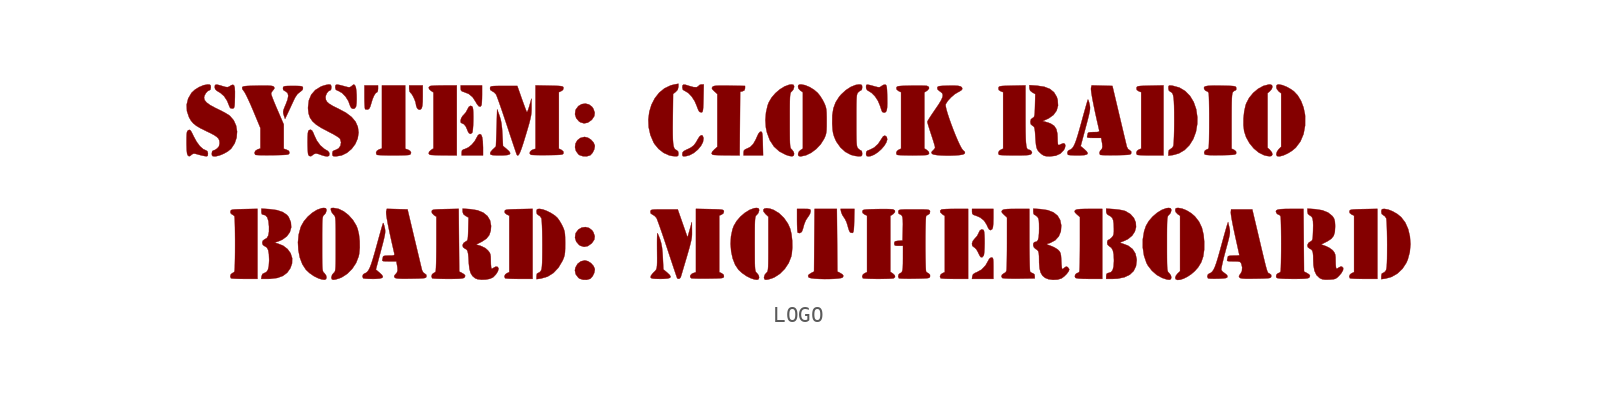
<source format=kicad_sym>
(kicad_symbol_lib
  (version 20210619)
  (generator bitmap2component)
  (symbol "LOGO"
    (pin_names
      (offset 1.016))
    (property "Reference" "#G"
      (at 0 5.685 0)
      (effects (font (size 1.27 1.27)) hide))
    (symbol "LOGO_0_0"
      (polyline (pts (xy -29.379 -6.213) (xy -29.35 -6.101) (xy -29.38 -5.976) (xy -29.486 -5.833) (xy -29.493 -5.828) (xy -29.531 -5.793) (xy -29.561 -5.75) (xy -29.584 -5.683) (xy -29.601 -5.579) (xy -29.611 -5.424) (xy -29.618 -5.203) (xy -29.622 -4.904) (xy -29.623 -4.511) (xy -29.623 -4.011) (xy -29.623 -3.934) (xy -29.623 -3.45) (xy -29.621 -3.07) (xy -29.617 -2.783) (xy -29.61 -2.572) (xy -29.599 -2.425) (xy -29.581 -2.327) (xy -29.558 -2.264) (xy -29.526 -2.223) (xy -29.486 -2.188) (xy -29.399 -2.082) (xy -29.35 -1.919) (xy -29.352 -1.864) (xy -29.394 -1.782) (xy -29.517 -1.763) (xy -29.654 -1.778) (xy -29.942 -1.881) (xy -30.239 -2.065) (xy -30.521 -2.309) (xy -30.761 -2.593) (xy -30.934 -2.897) (xy -30.968 -2.981) (xy -31.089 -3.429) (xy -31.135 -3.911) (xy -31.11 -4.399) (xy -31.018 -4.866) (xy -30.86 -5.283) (xy -30.64 -5.622) (xy -30.64 -5.622) (xy -30.416 -5.833) (xy -30.136 -6.027) (xy -29.861 -6.163) (xy -29.653 -6.23) (xy -29.476 -6.255) (xy -29.379 -6.213)) (stroke (width 0.01)) (fill (type outline)))
      (polyline (pts (xy -28.788 -6.237) (xy -28.544 -6.163) (xy -28.396 -6.103) (xy -28.051 -5.88) (xy -27.745 -5.572) (xy -27.502 -5.204) (xy -27.343 -4.8) (xy -27.309 -4.638) (xy -27.273 -4.253) (xy -27.278 -3.83) (xy -27.323 -3.419) (xy -27.405 -3.07) (xy -27.492 -2.856) (xy -27.702 -2.513) (xy -27.971 -2.213) (xy -28.276 -1.976) (xy -28.596 -1.82) (xy -28.91 -1.763) (xy -29.04 -1.77) (xy -29.085 -1.815) (xy -29.067 -1.928) (xy -29.012 -2.057) (xy -28.899 -2.196) (xy -28.865 -2.227) (xy -28.835 -2.27) (xy -28.813 -2.336) (xy -28.796 -2.44) (xy -28.785 -2.595) (xy -28.778 -2.816) (xy -28.774 -3.116) (xy -28.773 -3.51) (xy -28.773 -4.011) (xy -28.773 -4.087) (xy -28.773 -4.572) (xy -28.774 -4.951) (xy -28.778 -5.238) (xy -28.785 -5.449) (xy -28.797 -5.596) (xy -28.814 -5.694) (xy -28.838 -5.757) (xy -28.869 -5.798) (xy -28.909 -5.833) (xy -28.997 -5.939) (xy -29.046 -6.101) (xy -29.046 -6.117) (xy -29.02 -6.216) (xy -28.94 -6.255) (xy -28.788 -6.237)) (stroke (width 0.01)) (fill (type outline)))
      (polyline (pts (xy -19.389 -6.24) (xy -19.136 -6.191) (xy -18.948 -6.106) (xy -18.918 -6.082) (xy -18.758 -5.915) (xy -18.64 -5.728) (xy -18.594 -5.564) (xy -18.595 -5.546) (xy -18.651 -5.45) (xy -18.763 -5.429) (xy -18.89 -5.492) (xy -18.97 -5.546) (xy -19.04 -5.55) (xy -19.042 -5.547) (xy -19.061 -5.459) (xy -19.075 -5.288) (xy -19.08 -5.066) (xy -19.081 -5.021) (xy -19.087 -4.798) (xy -19.112 -4.649) (xy -19.166 -4.536) (xy -19.262 -4.416) (xy -19.427 -4.27) (xy -19.722 -4.131) (xy -20.002 -4.053) (xy -19.68 -3.895) (xy -19.632 -3.87) (xy -19.352 -3.683) (xy -19.175 -3.459) (xy -19.084 -3.179) (xy -19.062 -2.889) (xy -19.125 -2.548) (xy -19.29 -2.269) (xy -19.553 -2.055) (xy -19.91 -1.91) (xy -20.359 -1.839) (xy -20.843 -1.806) (xy -20.842 -1.981) (xy -20.842 -2.006) (xy -20.796 -2.15) (xy -20.658 -2.262) (xy -20.474 -2.366) (xy -20.491 -3.081) (xy -20.499 -3.367) (xy -20.509 -3.579) (xy -20.526 -3.713) (xy -20.556 -3.792) (xy -20.604 -3.839) (xy -20.675 -3.876) (xy -20.78 -3.952) (xy -20.846 -4.085) (xy -20.817 -4.218) (xy -20.692 -4.314) (xy -20.645 -4.334) (xy -20.578 -4.387) (xy -20.532 -4.476) (xy -20.5 -4.622) (xy -20.477 -4.848) (xy -20.458 -5.174) (xy -20.456 -5.215) (xy -20.418 -5.568) (xy -20.346 -5.827) (xy -20.23 -6.017) (xy -20.06 -6.16) (xy -19.909 -6.219) (xy -19.663 -6.25) (xy -19.389 -6.24)) (stroke (width 0.01)) (fill (type outline)))
      (polyline (pts (xy -12.879 -6.196) (xy -12.847 -6.176) (xy -12.716 -6.03) (xy -12.617 -5.826) (xy -12.579 -5.618) (xy -12.582 -5.572) (xy -12.661 -5.389) (xy -12.813 -5.218) (xy -13.005 -5.093) (xy -13.202 -5.043) (xy -13.203 -5.043) (xy -13.453 -5.101) (xy -13.658 -5.257) (xy -13.791 -5.491) (xy -13.824 -5.665) (xy -13.774 -5.908) (xy -13.604 -6.131) (xy -13.528 -6.184) (xy -13.32 -6.249) (xy -13.085 -6.255) (xy -12.879 -6.196)) (stroke (width 0.01)) (fill (type outline)))
      (polyline (pts (xy -2.339 -6.213) (xy -2.309 -6.101) (xy -2.339 -5.976) (xy -2.446 -5.833) (xy -2.452 -5.828) (xy -2.491 -5.793) (xy -2.521 -5.75) (xy -2.543 -5.683) (xy -2.56 -5.579) (xy -2.571 -5.424) (xy -2.578 -5.203) (xy -2.581 -4.904) (xy -2.582 -4.511) (xy -2.583 -4.011) (xy -2.583 -3.934) (xy -2.582 -3.45) (xy -2.581 -3.07) (xy -2.577 -2.783) (xy -2.57 -2.572) (xy -2.558 -2.425) (xy -2.541 -2.327) (xy -2.517 -2.264) (xy -2.486 -2.223) (xy -2.446 -2.188) (xy -2.358 -2.082) (xy -2.309 -1.919) (xy -2.312 -1.864) (xy -2.353 -1.782) (xy -2.476 -1.763) (xy -2.616 -1.779) (xy -2.901 -1.883) (xy -3.197 -2.065) (xy -3.479 -2.306) (xy -3.719 -2.585) (xy -3.893 -2.882) (xy -3.975 -3.104) (xy -4.067 -3.539) (xy -4.093 -4.007) (xy -4.057 -4.477) (xy -3.962 -4.922) (xy -3.809 -5.313) (xy -3.604 -5.622) (xy -3.377 -5.832) (xy -3.094 -6.028) (xy -2.82 -6.163) (xy -2.613 -6.23) (xy -2.436 -6.255) (xy -2.339 -6.213)) (stroke (width 0.01)) (fill (type outline)))
      (polyline (pts (xy -1.747 -6.237) (xy -1.503 -6.163) (xy -1.353 -6.101) (xy -1.009 -5.879) (xy -0.704 -5.572) (xy -0.462 -5.207) (xy -0.304 -4.808) (xy -0.267 -4.62) (xy -0.234 -4.235) (xy -0.241 -3.814) (xy -0.285 -3.408) (xy -0.365 -3.066) (xy -0.507 -2.747) (xy -0.755 -2.389) (xy -1.062 -2.093) (xy -1.401 -1.888) (xy -1.621 -1.811) (xy -1.833 -1.779) (xy -1.981 -1.804) (xy -2.05 -1.88) (xy -2.029 -1.998) (xy -1.902 -2.152) (xy -1.732 -2.31) (xy -1.732 -4.083) (xy -1.732 -4.569) (xy -1.734 -4.949) (xy -1.738 -5.237) (xy -1.745 -5.448) (xy -1.756 -5.595) (xy -1.774 -5.694) (xy -1.797 -5.756) (xy -1.829 -5.798) (xy -1.869 -5.833) (xy -1.956 -5.939) (xy -2.005 -6.101) (xy -2.005 -6.117) (xy -1.98 -6.216) (xy -1.9 -6.255) (xy -1.747 -6.237)) (stroke (width 0.01)) (fill (type outline)))
      (polyline (pts (xy 16.346 -6.242) (xy 16.585 -6.17) (xy 16.616 -6.152) (xy 16.77 -6.036) (xy 16.919 -5.886) (xy 17.031 -5.737) (xy 17.075 -5.624) (xy 17.061 -5.569) (xy 16.983 -5.468) (xy 16.968 -5.456) (xy 16.881 -5.426) (xy 16.781 -5.491) (xy 16.703 -5.554) (xy 16.636 -5.59) (xy 16.629 -5.582) (xy 16.611 -5.486) (xy 16.593 -5.308) (xy 16.58 -5.075) (xy 16.575 -4.962) (xy 16.558 -4.74) (xy 16.529 -4.595) (xy 16.479 -4.492) (xy 16.398 -4.4) (xy 16.328 -4.341) (xy 16.137 -4.225) (xy 15.923 -4.133) (xy 15.756 -4.074) (xy 15.677 -4.036) (xy 15.688 -4.01) (xy 15.779 -3.983) (xy 15.889 -3.951) (xy 16.199 -3.785) (xy 16.422 -3.54) (xy 16.551 -3.226) (xy 16.577 -2.857) (xy 16.509 -2.525) (xy 16.346 -2.246) (xy 16.086 -2.039) (xy 15.729 -1.902) (xy 15.274 -1.836) (xy 14.827 -1.807) (xy 14.827 -1.997) (xy 14.827 -2.006) (xy 14.846 -2.135) (xy 14.888 -2.188) (xy 14.961 -2.22) (xy 15.07 -2.309) (xy 15.108 -2.353) (xy 15.151 -2.437) (xy 15.177 -2.562) (xy 15.188 -2.755) (xy 15.191 -3.042) (xy 15.186 -3.332) (xy 15.164 -3.598) (xy 15.119 -3.769) (xy 15.048 -3.861) (xy 14.946 -3.889) (xy 14.905 -3.896) (xy 14.834 -3.97) (xy 14.821 -4.094) (xy 14.865 -4.224) (xy 14.963 -4.321) (xy 14.971 -4.325) (xy 15.071 -4.389) (xy 15.135 -4.467) (xy 15.171 -4.588) (xy 15.187 -4.777) (xy 15.191 -5.061) (xy 15.192 -5.189) (xy 15.22 -5.543) (xy 15.287 -5.806) (xy 15.4 -5.997) (xy 15.568 -6.136) (xy 15.772 -6.217) (xy 16.056 -6.257) (xy 16.346 -6.242)) (stroke (width 0.01)) (fill (type outline)))
      (polyline (pts (xy 23.429 -6.21) (xy 23.456 -6.101) (xy 23.425 -5.976) (xy 23.319 -5.833) (xy 23.313 -5.828) (xy 23.274 -5.793) (xy 23.244 -5.75) (xy 23.221 -5.683) (xy 23.205 -5.579) (xy 23.194 -5.424) (xy 23.187 -5.203) (xy 23.184 -4.904) (xy 23.182 -4.511) (xy 23.182 -4.011) (xy 23.182 -3.934) (xy 23.182 -3.449) (xy 23.184 -3.07) (xy 23.188 -2.783) (xy 23.195 -2.572) (xy 23.207 -2.425) (xy 23.224 -2.327) (xy 23.248 -2.264) (xy 23.279 -2.223) (xy 23.319 -2.188) (xy 23.407 -2.082) (xy 23.456 -1.919) (xy 23.453 -1.864) (xy 23.411 -1.782) (xy 23.288 -1.763) (xy 23.148 -1.779) (xy 22.863 -1.883) (xy 22.567 -2.065) (xy 22.286 -2.306) (xy 22.046 -2.584) (xy 21.873 -2.879) (xy 21.755 -3.226) (xy 21.674 -3.721) (xy 21.672 -4.24) (xy 21.748 -4.744) (xy 21.9 -5.195) (xy 21.992 -5.365) (xy 22.241 -5.686) (xy 22.547 -5.954) (xy 22.875 -6.135) (xy 22.925 -6.153) (xy 23.177 -6.235) (xy 23.341 -6.254) (xy 23.429 -6.21)) (stroke (width 0.01)) (fill (type outline)))
      (polyline (pts (xy 24.01 -6.251) (xy 24.223 -6.182) (xy 24.46 -6.064) (xy 24.7 -5.905) (xy 24.924 -5.711) (xy 25.134 -5.474) (xy 25.326 -5.159) (xy 25.448 -4.802) (xy 25.508 -4.381) (xy 25.511 -3.871) (xy 25.473 -3.447) (xy 25.367 -3) (xy 25.187 -2.621) (xy 24.926 -2.287) (xy 24.697 -2.091) (xy 24.42 -1.923) (xy 24.139 -1.807) (xy 23.896 -1.763) (xy 23.798 -1.767) (xy 23.718 -1.806) (xy 23.699 -1.907) (xy 23.729 -2.02) (xy 23.851 -2.152) (xy 24.002 -2.251) (xy 24.002 -5.718) (xy 23.851 -5.859) (xy 23.845 -5.864) (xy 23.741 -6) (xy 23.699 -6.129) (xy 23.729 -6.218) (xy 23.839 -6.265) (xy 24.01 -6.251)) (stroke (width 0.01)) (fill (type outline)))
      (polyline (pts (xy 33.321 -6.244) (xy 33.401 -6.24) (xy 33.598 -6.222) (xy 33.731 -6.183) (xy 33.842 -6.105) (xy 33.974 -5.97) (xy 34.085 -5.838) (xy 34.189 -5.654) (xy 34.201 -5.513) (xy 34.118 -5.429) (xy 34.035 -5.429) (xy 33.915 -5.492) (xy 33.835 -5.546) (xy 33.766 -5.55) (xy 33.763 -5.547) (xy 33.744 -5.46) (xy 33.73 -5.29) (xy 33.725 -5.068) (xy 33.721 -4.847) (xy 33.7 -4.679) (xy 33.652 -4.557) (xy 33.568 -4.441) (xy 33.513 -4.386) (xy 33.327 -4.252) (xy 33.116 -4.15) (xy 32.82 -4.045) (xy 33.133 -3.891) (xy 33.237 -3.837) (xy 33.465 -3.683) (xy 33.604 -3.504) (xy 33.675 -3.269) (xy 33.694 -2.947) (xy 33.693 -2.827) (xy 33.678 -2.606) (xy 33.639 -2.452) (xy 33.568 -2.329) (xy 33.514 -2.262) (xy 33.249 -2.048) (xy 32.895 -1.908) (xy 32.446 -1.839) (xy 31.963 -1.806) (xy 31.963 -1.987) (xy 31.995 -2.141) (xy 32.113 -2.236) (xy 32.158 -2.26) (xy 32.236 -2.327) (xy 32.285 -2.433) (xy 32.312 -2.599) (xy 32.321 -2.844) (xy 32.315 -3.189) (xy 32.311 -3.301) (xy 32.301 -3.54) (xy 32.285 -3.692) (xy 32.255 -3.782) (xy 32.206 -3.835) (xy 32.13 -3.876) (xy 32.026 -3.951) (xy 31.96 -4.084) (xy 31.986 -4.216) (xy 32.106 -4.311) (xy 32.19 -4.352) (xy 32.261 -4.428) (xy 32.303 -4.553) (xy 32.322 -4.751) (xy 32.327 -5.047) (xy 32.339 -5.337) (xy 32.403 -5.692) (xy 32.526 -5.956) (xy 32.713 -6.137) (xy 32.768 -6.171) (xy 32.903 -6.226) (xy 33.073 -6.248) (xy 33.321 -6.244)) (stroke (width 0.01)) (fill (type outline)))
      (polyline (pts (xy -33.664 -1.819) (xy -34.5 -1.836) (xy -34.597 -1.838) (xy -34.902 -1.846) (xy -35.109 -1.856) (xy -35.239 -1.872) (xy -35.31 -1.897) (xy -35.342 -1.936) (xy -35.355 -1.99) (xy -35.35 -2.081) (xy -35.264 -2.168) (xy -35.2 -2.199) (xy -35.108 -2.274) (xy -35.1 -2.308) (xy -35.089 -2.45) (xy -35.08 -2.682) (xy -35.072 -2.986) (xy -35.068 -3.342) (xy -35.065 -3.73) (xy -35.065 -4.132) (xy -35.066 -4.528) (xy -35.07 -4.899) (xy -35.077 -5.226) (xy -35.085 -5.489) (xy -35.095 -5.669) (xy -35.108 -5.747) (xy -35.145 -5.784) (xy -35.259 -5.851) (xy -35.334 -5.918) (xy -35.367 -6.044) (xy -35.325 -6.157) (xy -35.319 -6.161) (xy -35.223 -6.176) (xy -35.034 -6.187) (xy -34.777 -6.195) (xy -34.474 -6.198) (xy -33.664 -6.198) (xy -33.664 -1.819)) (stroke (width 0.01)) (fill (type outline)))
      (polyline (pts (xy -33.015 -6.198) (xy -32.873 -6.195) (xy -32.432 -6.141) (xy -32.081 -6.015) (xy -31.809 -5.813) (xy -31.609 -5.529) (xy -31.504 -5.229) (xy -31.497 -4.903) (xy -31.594 -4.598) (xy -31.786 -4.332) (xy -32.063 -4.12) (xy -32.418 -3.981) (xy -32.601 -3.935) (xy -32.316 -3.836) (xy -32.108 -3.745) (xy -31.828 -3.538) (xy -31.641 -3.276) (xy -31.556 -2.977) (xy -31.578 -2.656) (xy -31.714 -2.333) (xy -31.823 -2.197) (xy -32.086 -2.02) (xy -32.449 -1.899) (xy -32.908 -1.838) (xy -33.421 -1.806) (xy -33.421 -1.997) (xy -33.42 -2.042) (xy -33.391 -2.156) (xy -33.309 -2.188) (xy -33.174 -2.221) (xy -33.056 -2.35) (xy -32.98 -2.582) (xy -32.944 -2.924) (xy -32.946 -3.252) (xy -32.991 -3.493) (xy -33.086 -3.65) (xy -33.237 -3.736) (xy -33.338 -3.818) (xy -33.368 -3.949) (xy -33.327 -4.077) (xy -33.219 -4.154) (xy -33.205 -4.158) (xy -33.08 -4.237) (xy -32.996 -4.396) (xy -32.95 -4.646) (xy -32.936 -5.001) (xy -32.936 -5.061) (xy -32.956 -5.392) (xy -33.01 -5.622) (xy -33.102 -5.764) (xy -33.239 -5.833) (xy -33.353 -5.891) (xy -33.41 -6.033) (xy -33.429 -6.198) (xy -33.015 -6.198)) (stroke (width 0.01)) (fill (type outline)))
      (polyline (pts (xy -26.284 -6.196) (xy -26.02 -6.177) (xy -25.869 -6.134) (xy -25.825 -6.062) (xy -25.882 -5.955) (xy -26.036 -5.809) (xy -26.265 -5.616) (xy -25.954 -4.452) (xy -25.93 -4.359) (xy -25.829 -3.979) (xy -25.758 -3.693) (xy -25.712 -3.481) (xy -25.687 -3.323) (xy -25.682 -3.2) (xy -25.692 -3.093) (xy -25.715 -2.981) (xy -25.744 -2.864) (xy -25.785 -2.738) (xy -25.812 -2.7) (xy -25.824 -2.732) (xy -25.865 -2.866) (xy -25.931 -3.09) (xy -26.015 -3.387) (xy -26.114 -3.741) (xy -26.222 -4.135) (xy -26.332 -4.531) (xy -26.45 -4.936) (xy -26.549 -5.248) (xy -26.637 -5.479) (xy -26.719 -5.643) (xy -26.801 -5.754) (xy -26.89 -5.824) (xy -26.989 -5.867) (xy -27.064 -5.923) (xy -27.103 -6.044) (xy -27.061 -6.157) (xy -27.035 -6.167) (xy -26.907 -6.183) (xy -26.703 -6.194) (xy -26.451 -6.198) (xy -26.284 -6.196)) (stroke (width 0.01)) (fill (type outline)))
      (polyline (pts (xy -24.07 -6.184) (xy -23.83 -6.18) (xy -23.539 -6.173) (xy -23.34 -6.162) (xy -23.215 -6.146) (xy -23.146 -6.122) (xy -23.114 -6.086) (xy -23.102 -6.036) (xy -23.111 -5.943) (xy -23.209 -5.865) (xy -23.302 -5.798) (xy -23.376 -5.662) (xy -23.383 -5.637) (xy -23.417 -5.497) (xy -23.474 -5.261) (xy -23.549 -4.945) (xy -23.64 -4.565) (xy -23.742 -4.136) (xy -23.852 -3.676) (xy -24.285 -1.853) (xy -24.932 -1.836) (xy -25.579 -1.819) (xy -25.621 -1.985) (xy -25.623 -1.998) (xy -25.618 -2.145) (xy -25.581 -2.408) (xy -25.513 -2.786) (xy -25.412 -3.278) (xy -25.279 -3.884) (xy -25.115 -4.603) (xy -25.113 -4.611) (xy -25.106 -4.683) (xy -25.143 -4.721) (xy -25.251 -4.737) (xy -25.454 -4.74) (xy -25.471 -4.74) (xy -25.681 -4.748) (xy -25.793 -4.775) (xy -25.825 -4.826) (xy -25.829 -4.871) (xy -25.862 -5.008) (xy -25.863 -5.011) (xy -25.864 -5.059) (xy -25.809 -5.088) (xy -25.675 -5.101) (xy -25.442 -5.104) (xy -24.985 -5.104) (xy -24.938 -5.362) (xy -24.918 -5.489) (xy -24.909 -5.673) (xy -24.948 -5.801) (xy -25.044 -5.915) (xy -25.068 -5.938) (xy -25.126 -6.029) (xy -25.091 -6.114) (xy -25.079 -6.125) (xy -25.016 -6.156) (xy -24.901 -6.176) (xy -24.716 -6.186) (xy -24.445 -6.189) (xy -24.07 -6.184)) (stroke (width 0.01)) (fill (type outline)))
      (polyline (pts (xy -21.565 -6.198) (xy -21.241 -6.194) (xy -21.012 -6.184) (xy -20.861 -6.167) (xy -20.769 -6.141) (xy -20.719 -6.104) (xy -20.713 -6.097) (xy -20.679 -6.003) (xy -20.742 -5.912) (xy -20.913 -5.809) (xy -21.055 -5.739) (xy -21.071 -3.779) (xy -21.087 -1.819) (xy -21.922 -1.836) (xy -21.964 -1.837) (xy -22.285 -1.845) (xy -22.506 -1.855) (xy -22.646 -1.87) (xy -22.725 -1.894) (xy -22.761 -1.93) (xy -22.775 -1.981) (xy -22.759 -2.083) (xy -22.638 -2.21) (xy -22.483 -2.312) (xy -22.484 -3.997) (xy -22.484 -4.038) (xy -22.486 -4.478) (xy -22.491 -4.877) (xy -22.498 -5.22) (xy -22.507 -5.49) (xy -22.518 -5.671) (xy -22.53 -5.747) (xy -22.566 -5.784) (xy -22.681 -5.851) (xy -22.755 -5.918) (xy -22.788 -6.044) (xy -22.747 -6.157) (xy -22.718 -6.166) (xy -22.585 -6.179) (xy -22.366 -6.189) (xy -22.08 -6.196) (xy -21.751 -6.198) (xy -21.565 -6.198)) (stroke (width 0.01)) (fill (type outline)))
      (polyline (pts (xy -16.468 -1.82) (xy -17.333 -1.837) (xy -17.411 -1.838) (xy -17.729 -1.846) (xy -17.949 -1.856) (xy -18.088 -1.871) (xy -18.167 -1.894) (xy -18.204 -1.929) (xy -18.217 -1.979) (xy -18.201 -2.079) (xy -18.081 -2.175) (xy -17.926 -2.246) (xy -17.926 -5.775) (xy -18.078 -5.845) (xy -18.18 -5.921) (xy -18.231 -6.044) (xy -18.189 -6.157) (xy -18.179 -6.162) (xy -18.075 -6.176) (xy -17.88 -6.188) (xy -17.616 -6.195) (xy -17.308 -6.198) (xy -16.468 -6.198) (xy -16.468 -1.82)) (stroke (width 0.01)) (fill (type outline)))
      (polyline (pts (xy -15.951 -6.177) (xy -15.938 -6.175) (xy -15.531 -6.056) (xy -15.167 -5.828) (xy -14.854 -5.498) (xy -14.602 -5.074) (xy -14.571 -5.007) (xy -14.508 -4.851) (xy -14.467 -4.703) (xy -14.444 -4.53) (xy -14.434 -4.3) (xy -14.432 -3.98) (xy -14.432 -3.896) (xy -14.436 -3.598) (xy -14.449 -3.382) (xy -14.476 -3.218) (xy -14.521 -3.073) (xy -14.589 -2.917) (xy -14.661 -2.775) (xy -14.791 -2.556) (xy -14.911 -2.389) (xy -15.064 -2.248) (xy -15.298 -2.093) (xy -15.563 -1.957) (xy -15.817 -1.86) (xy -16.021 -1.823) (xy -16.147 -1.831) (xy -16.211 -1.879) (xy -16.224 -2.001) (xy -16.198 -2.141) (xy -16.099 -2.219) (xy -16.006 -2.28) (xy -15.917 -2.409) (xy -15.906 -2.47) (xy -15.891 -2.646) (xy -15.878 -2.912) (xy -15.868 -3.249) (xy -15.862 -3.639) (xy -15.86 -4.062) (xy -15.86 -4.073) (xy -15.861 -4.551) (xy -15.865 -4.923) (xy -15.872 -5.202) (xy -15.884 -5.405) (xy -15.901 -5.546) (xy -15.924 -5.638) (xy -15.954 -5.698) (xy -16.039 -5.788) (xy -16.137 -5.833) (xy -16.199 -5.875) (xy -16.224 -6.024) (xy -16.224 -6.215) (xy -15.951 -6.177)) (stroke (width 0.01)) (fill (type outline)))
      (polyline (pts (xy -8.28 -6.195) (xy -8.023 -6.175) (xy -7.878 -6.131) (xy -7.839 -6.058) (xy -7.901 -5.95) (xy -8.057 -5.802) (xy -8.294 -5.603) (xy -8.329 -4.852) (xy -8.346 -4.566) (xy -8.38 -4.229) (xy -8.431 -3.959) (xy -8.502 -3.722) (xy -8.575 -3.532) (xy -8.635 -3.394) (xy -8.668 -3.342) (xy -8.674 -3.359) (xy -8.682 -3.473) (xy -8.688 -3.677) (xy -8.69 -3.949) (xy -8.689 -4.269) (xy -8.687 -4.53) (xy -8.684 -4.896) (xy -8.685 -5.168) (xy -8.692 -5.363) (xy -8.708 -5.499) (xy -8.735 -5.593) (xy -8.776 -5.663) (xy -8.833 -5.725) (xy -8.909 -5.798) (xy -8.96 -5.85) (xy -9.073 -6) (xy -9.094 -6.105) (xy -9.091 -6.111) (xy -9.044 -6.154) (xy -8.941 -6.181) (xy -8.759 -6.194) (xy -8.477 -6.198) (xy -8.28 -6.195)) (stroke (width 0.01)) (fill (type outline)))
      (polyline (pts (xy -7.276 -6.178) (xy -7.208 -6.092) (xy -7.128 -5.824) (xy -6.968 -5.284) (xy -6.837 -4.843) (xy -6.734 -4.487) (xy -6.654 -4.203) (xy -6.596 -3.979) (xy -6.555 -3.803) (xy -6.528 -3.661) (xy -6.513 -3.54) (xy -6.507 -3.428) (xy -6.506 -3.312) (xy -6.507 -3.179) (xy -6.513 -2.643) (xy -6.648 -3.124) (xy -6.784 -3.604) (xy -7.09 -2.729) (xy -7.397 -1.853) (xy -8.241 -1.853) (xy -8.366 -1.853) (xy -8.664 -1.855) (xy -8.866 -1.861) (xy -8.992 -1.874) (xy -9.061 -1.898) (xy -9.092 -1.936) (xy -9.104 -1.99) (xy -9.086 -2.106) (xy -8.97 -2.185) (xy -8.856 -2.252) (xy -8.73 -2.382) (xy -8.717 -2.407) (xy -8.663 -2.542) (xy -8.579 -2.77) (xy -8.47 -3.077) (xy -8.342 -3.447) (xy -8.2 -3.864) (xy -8.05 -4.314) (xy -7.982 -4.521) (xy -7.839 -4.95) (xy -7.711 -5.335) (xy -7.601 -5.663) (xy -7.515 -5.917) (xy -7.457 -6.085) (xy -7.432 -6.152) (xy -7.373 -6.196) (xy -7.276 -6.178)) (stroke (width 0.01)) (fill (type outline)))
      (polyline (pts (xy -5.499 -6.179) (xy -5.255 -6.176) (xy -4.959 -6.17) (xy -4.756 -6.161) (xy -4.627 -6.146) (xy -4.555 -6.123) (xy -4.521 -6.089) (xy -4.509 -6.042) (xy -4.525 -5.942) (xy -4.646 -5.846) (xy -4.801 -5.775) (xy -4.801 -2.246) (xy -4.646 -2.175) (xy -4.543 -2.103) (xy -4.509 -1.979) (xy -4.511 -1.968) (xy -4.527 -1.921) (xy -4.571 -1.889) (xy -4.66 -1.867) (xy -4.815 -1.853) (xy -5.053 -1.844) (xy -5.393 -1.837) (xy -6.259 -1.82) (xy -6.259 -5.779) (xy -6.441 -5.843) (xy -6.513 -5.877) (xy -6.607 -5.975) (xy -6.623 -6.081) (xy -6.548 -6.159) (xy -6.509 -6.165) (xy -6.362 -6.173) (xy -6.13 -6.179) (xy -5.835 -6.181) (xy -5.499 -6.179)) (stroke (width 0.01)) (fill (type outline)))
      (polyline (pts (xy 2.078 -6.206) (xy 2.379 -6.195) (xy 2.637 -6.174) (xy 2.826 -6.144) (xy 2.919 -6.104) (xy 2.925 -6.097) (xy 2.959 -6.003) (xy 2.896 -5.912) (xy 2.724 -5.809) (xy 2.583 -5.739) (xy 2.567 -3.781) (xy 2.55 -1.823) (xy 1.156 -1.823) (xy 1.14 -3.781) (xy 1.124 -5.739) (xy 0.982 -5.809) (xy 0.966 -5.818) (xy 0.803 -5.919) (xy 0.747 -6.009) (xy 0.788 -6.104) (xy 0.812 -6.121) (xy 0.947 -6.157) (xy 1.166 -6.184) (xy 1.445 -6.2) (xy 1.758 -6.208) (xy 2.078 -6.206)) (stroke (width 0.01)) (fill (type outline)))
      (polyline (pts (xy 5.569 -6.194) (xy 5.819 -6.186) (xy 6.005 -6.176) (xy 6.102 -6.161) (xy 6.106 -6.16) (xy 6.189 -6.082) (xy 6.168 -5.974) (xy 6.046 -5.858) (xy 5.894 -5.759) (xy 5.894 -2.262) (xy 6.046 -2.163) (xy 6.084 -2.136) (xy 6.183 -2.02) (xy 6.175 -1.918) (xy 6.061 -1.852) (xy 6.036 -1.848) (xy 5.892 -1.838) (xy 5.661 -1.833) (xy 5.369 -1.832) (xy 5.043 -1.836) (xy 4.943 -1.838) (xy 4.628 -1.846) (xy 4.41 -1.856) (xy 4.272 -1.871) (xy 4.194 -1.895) (xy 4.158 -1.93) (xy 4.144 -1.979) (xy 4.161 -2.079) (xy 4.281 -2.175) (xy 4.436 -2.246) (xy 4.436 -5.775) (xy 4.284 -5.845) (xy 4.182 -5.921) (xy 4.13 -6.044) (xy 4.173 -6.157) (xy 4.177 -6.16) (xy 4.266 -6.174) (xy 4.447 -6.185) (xy 4.694 -6.193) (xy 4.981 -6.197) (xy 5.281 -6.197) (xy 5.569 -6.194)) (stroke (width 0.01)) (fill (type outline)))
      (polyline (pts (xy 7.41 -6.184) (xy 7.676 -6.179) (xy 7.958 -6.172) (xy 8.149 -6.162) (xy 8.269 -6.145) (xy 8.334 -6.12) (xy 8.363 -6.082) (xy 8.375 -6.031) (xy 8.37 -5.94) (xy 8.284 -5.853) (xy 8.22 -5.822) (xy 8.128 -5.747) (xy 8.127 -5.745) (xy 8.116 -5.662) (xy 8.105 -5.475) (xy 8.097 -5.199) (xy 8.09 -4.853) (xy 8.085 -4.451) (xy 8.084 -4.011) (xy 8.084 -3.98) (xy 8.085 -3.542) (xy 8.09 -3.143) (xy 8.097 -2.801) (xy 8.106 -2.531) (xy 8.117 -2.35) (xy 8.128 -2.274) (xy 8.167 -2.235) (xy 8.284 -2.168) (xy 8.349 -2.122) (xy 8.375 -1.99) (xy 8.366 -1.945) (xy 8.342 -1.907) (xy 8.286 -1.881) (xy 8.18 -1.865) (xy 8.006 -1.857) (xy 7.746 -1.854) (xy 7.383 -1.853) (xy 7.045 -1.854) (xy 6.778 -1.856) (xy 6.598 -1.864) (xy 6.487 -1.879) (xy 6.427 -1.904) (xy 6.401 -1.942) (xy 6.391 -1.994) (xy 6.401 -2.104) (xy 6.498 -2.169) (xy 6.553 -2.19) (xy 6.613 -2.246) (xy 6.652 -2.35) (xy 6.672 -2.519) (xy 6.678 -2.773) (xy 6.671 -3.129) (xy 6.654 -3.798) (xy 6.396 -3.817) (xy 6.369 -3.819) (xy 6.218 -3.841) (xy 6.152 -3.889) (xy 6.137 -3.984) (xy 6.138 -4.021) (xy 6.162 -4.095) (xy 6.242 -4.126) (xy 6.411 -4.132) (xy 6.684 -4.132) (xy 6.683 -4.907) (xy 6.681 -5.244) (xy 6.672 -5.489) (xy 6.652 -5.653) (xy 6.618 -5.754) (xy 6.564 -5.814) (xy 6.487 -5.851) (xy 6.412 -5.918) (xy 6.38 -6.045) (xy 6.422 -6.159) (xy 6.449 -6.167) (xy 6.58 -6.178) (xy 6.799 -6.185) (xy 7.082 -6.188) (xy 7.41 -6.184)) (stroke (width 0.01)) (fill (type outline)))
      (polyline (pts (xy 10.755 -1.823) (xy 9.97 -1.823) (xy 9.933 -1.823) (xy 9.633 -1.826) (xy 9.374 -1.834) (xy 9.184 -1.846) (xy 9.089 -1.86) (xy 9.086 -1.861) (xy 9.002 -1.939) (xy 9.023 -2.047) (xy 9.145 -2.163) (xy 9.297 -2.262) (xy 9.297 -5.775) (xy 9.145 -5.845) (xy 9.043 -5.921) (xy 8.992 -6.044) (xy 9.034 -6.157) (xy 9.044 -6.162) (xy 9.148 -6.176) (xy 9.343 -6.188) (xy 9.607 -6.195) (xy 9.915 -6.198) (xy 10.755 -6.198) (xy 10.755 -1.823)) (stroke (width 0.01)) (fill (type outline)))
      (polyline (pts (xy 12.335 -5.53) (xy 12.335 -5.393) (xy 12.332 -5.145) (xy 12.322 -4.989) (xy 12.301 -4.904) (xy 12.266 -4.869) (xy 12.212 -4.861) (xy 12.178 -4.865) (xy 12.076 -4.939) (xy 11.976 -5.12) (xy 11.846 -5.351) (xy 11.592 -5.619) (xy 11.275 -5.791) (xy 11.178 -5.829) (xy 11.061 -5.913) (xy 11.016 -6.035) (xy 10.994 -6.198) (xy 12.335 -6.198) (xy 12.335 -5.53)) (stroke (width 0.01)) (fill (type outline)))
      (polyline (pts (xy 13.946 -6.183) (xy 14.918 -6.168) (xy 14.918 -6.017) (xy 14.897 -5.911) (xy 14.796 -5.843) (xy 14.723 -5.819) (xy 14.63 -5.75) (xy 14.624 -5.725) (xy 14.614 -5.592) (xy 14.604 -5.361) (xy 14.597 -5.046) (xy 14.59 -4.663) (xy 14.586 -4.226) (xy 14.585 -3.752) (xy 14.584 -1.823) (xy 13.771 -1.823) (xy 13.445 -1.825) (xy 13.198 -1.834) (xy 13.034 -1.85) (xy 12.934 -1.878) (xy 12.88 -1.917) (xy 12.844 -1.989) (xy 12.877 -2.068) (xy 12.994 -2.187) (xy 13.186 -2.363) (xy 13.185 -3.962) (xy 13.184 -4.356) (xy 13.18 -4.761) (xy 13.175 -5.114) (xy 13.167 -5.398) (xy 13.159 -5.597) (xy 13.149 -5.691) (xy 13.106 -5.774) (xy 12.998 -5.853) (xy 12.969 -5.862) (xy 12.868 -5.944) (xy 12.835 -6.053) (xy 12.889 -6.143) (xy 12.928 -6.154) (xy 13.078 -6.17) (xy 13.312 -6.18) (xy 13.609 -6.185) (xy 13.946 -6.183)) (stroke (width 0.01)) (fill (type outline)))
      (polyline (pts (xy 19.141 -1.823) (xy 18.328 -1.823) (xy 18.046 -1.825) (xy 17.781 -1.833) (xy 17.604 -1.849) (xy 17.497 -1.875) (xy 17.44 -1.913) (xy 17.408 -1.976) (xy 17.438 -2.055) (xy 17.554 -2.17) (xy 17.744 -2.336) (xy 17.744 -3.998) (xy 17.742 -4.437) (xy 17.738 -4.839) (xy 17.733 -5.187) (xy 17.725 -5.464) (xy 17.716 -5.653) (xy 17.707 -5.737) (xy 17.678 -5.784) (xy 17.587 -5.833) (xy 17.556 -5.838) (xy 17.465 -5.909) (xy 17.422 -6.025) (xy 17.455 -6.128) (xy 17.496 -6.148) (xy 17.662 -6.176) (xy 17.942 -6.192) (xy 18.333 -6.198) (xy 19.141 -6.198) (xy 19.141 -1.823)) (stroke (width 0.01)) (fill (type outline)))
      (polyline (pts (xy 19.794 -6.198) (xy 20.098 -6.183) (xy 20.523 -6.097) (xy 20.859 -5.937) (xy 21.101 -5.705) (xy 21.247 -5.404) (xy 21.292 -5.036) (xy 21.289 -4.962) (xy 21.212 -4.615) (xy 21.034 -4.333) (xy 20.757 -4.121) (xy 20.387 -3.982) (xy 20.378 -3.98) (xy 20.284 -3.954) (xy 20.268 -3.928) (xy 20.343 -3.888) (xy 20.52 -3.82) (xy 20.743 -3.713) (xy 21.006 -3.499) (xy 21.175 -3.241) (xy 21.251 -2.959) (xy 21.233 -2.671) (xy 21.118 -2.396) (xy 20.907 -2.155) (xy 20.599 -1.966) (xy 20.578 -1.957) (xy 20.398 -1.909) (xy 20.152 -1.867) (xy 19.886 -1.839) (xy 19.384 -1.806) (xy 19.386 -1.982) (xy 19.389 -2.037) (xy 19.441 -2.157) (xy 19.582 -2.248) (xy 19.668 -2.296) (xy 19.763 -2.39) (xy 19.821 -2.532) (xy 19.852 -2.746) (xy 19.864 -3.056) (xy 19.864 -3.25) (xy 19.847 -3.412) (xy 19.802 -3.522) (xy 19.721 -3.618) (xy 19.708 -3.631) (xy 19.591 -3.728) (xy 19.509 -3.767) (xy 19.465 -3.814) (xy 19.445 -3.935) (xy 19.468 -4.059) (xy 19.581 -4.163) (xy 19.707 -4.253) (xy 19.8 -4.416) (xy 19.852 -4.664) (xy 19.869 -5.013) (xy 19.868 -5.114) (xy 19.845 -5.43) (xy 19.788 -5.644) (xy 19.691 -5.77) (xy 19.55 -5.822) (xy 19.486 -5.833) (xy 19.404 -5.888) (xy 19.384 -6.02) (xy 19.384 -6.198) (xy 19.794 -6.198)) (stroke (width 0.01)) (fill (type outline)))
      (polyline (pts (xy 26.369 -6.185) (xy 26.518 -6.18) (xy 26.74 -6.167) (xy 26.874 -6.145) (xy 26.943 -6.112) (xy 26.968 -6.061) (xy 26.939 -5.96) (xy 26.802 -5.848) (xy 26.788 -5.84) (xy 26.655 -5.738) (xy 26.581 -5.638) (xy 26.581 -5.638) (xy 26.587 -5.547) (xy 26.621 -5.36) (xy 26.68 -5.096) (xy 26.758 -4.777) (xy 26.852 -4.423) (xy 26.884 -4.304) (xy 26.982 -3.944) (xy 27.051 -3.675) (xy 27.094 -3.476) (xy 27.116 -3.327) (xy 27.118 -3.208) (xy 27.105 -3.099) (xy 27.08 -2.978) (xy 27.003 -2.643) (xy 26.934 -2.856) (xy 26.927 -2.876) (xy 26.884 -3.023) (xy 26.816 -3.262) (xy 26.729 -3.57) (xy 26.631 -3.927) (xy 26.526 -4.312) (xy 26.501 -4.403) (xy 26.376 -4.846) (xy 26.271 -5.187) (xy 26.18 -5.441) (xy 26.095 -5.622) (xy 26.01 -5.744) (xy 25.919 -5.821) (xy 25.816 -5.867) (xy 25.741 -5.924) (xy 25.703 -6.045) (xy 25.746 -6.16) (xy 25.776 -6.17) (xy 25.907 -6.183) (xy 26.114 -6.188) (xy 26.369 -6.185)) (stroke (width 0.01)) (fill (type outline)))
      (polyline (pts (xy 28.736 -6.184) (xy 28.976 -6.18) (xy 29.266 -6.173) (xy 29.465 -6.162) (xy 29.59 -6.146) (xy 29.659 -6.122) (xy 29.691 -6.086) (xy 29.703 -6.036) (xy 29.695 -5.945) (xy 29.599 -5.866) (xy 29.567 -5.856) (xy 29.534 -5.842) (xy 29.504 -5.814) (xy 29.474 -5.761) (xy 29.439 -5.671) (xy 29.397 -5.533) (xy 29.344 -5.335) (xy 29.277 -5.064) (xy 29.192 -4.71) (xy 29.085 -4.262) (xy 28.954 -3.707) (xy 28.516 -1.853) (xy 27.193 -1.853) (xy 27.174 -2.039) (xy 27.174 -2.056) (xy 27.187 -2.194) (xy 27.223 -2.425) (xy 27.279 -2.727) (xy 27.35 -3.08) (xy 27.433 -3.463) (xy 27.458 -3.578) (xy 27.538 -3.937) (xy 27.607 -4.249) (xy 27.661 -4.495) (xy 27.697 -4.658) (xy 27.709 -4.721) (xy 27.669 -4.729) (xy 27.537 -4.737) (xy 27.345 -4.74) (xy 27.338 -4.74) (xy 27.126 -4.748) (xy 27.013 -4.775) (xy 26.98 -4.826) (xy 26.976 -4.871) (xy 26.943 -5.008) (xy 26.939 -5.056) (xy 26.988 -5.086) (xy 27.114 -5.101) (xy 27.34 -5.104) (xy 27.43 -5.104) (xy 27.622 -5.111) (xy 27.733 -5.132) (xy 27.793 -5.179) (xy 27.832 -5.26) (xy 27.884 -5.474) (xy 27.868 -5.715) (xy 27.766 -5.898) (xy 27.73 -5.936) (xy 27.678 -6.029) (xy 27.714 -6.112) (xy 27.728 -6.126) (xy 27.792 -6.157) (xy 27.907 -6.176) (xy 28.091 -6.187) (xy 28.361 -6.189) (xy 28.736 -6.184)) (stroke (width 0.01)) (fill (type outline)))
      (polyline (pts (xy 31.239 -6.198) (xy 31.564 -6.194) (xy 31.793 -6.184) (xy 31.944 -6.167) (xy 32.036 -6.141) (xy 32.086 -6.104) (xy 32.092 -6.097) (xy 32.126 -6.003) (xy 32.063 -5.912) (xy 31.892 -5.809) (xy 31.75 -5.739) (xy 31.734 -3.781) (xy 31.718 -1.823) (xy 30.911 -1.823) (xy 30.562 -1.826) (xy 30.288 -1.84) (xy 30.11 -1.869) (xy 30.015 -1.915) (xy 29.99 -1.982) (xy 30.023 -2.075) (xy 30.073 -2.14) (xy 30.166 -2.188) (xy 30.211 -2.2) (xy 30.285 -2.284) (xy 30.295 -2.365) (xy 30.304 -2.552) (xy 30.311 -2.827) (xy 30.317 -3.173) (xy 30.321 -3.573) (xy 30.322 -4.011) (xy 30.321 -4.439) (xy 30.317 -4.84) (xy 30.311 -5.187) (xy 30.304 -5.464) (xy 30.295 -5.653) (xy 30.285 -5.737) (xy 30.256 -5.784) (xy 30.166 -5.833) (xy 30.135 -5.838) (xy 30.043 -5.909) (xy 30.001 -6.025) (xy 30.033 -6.128) (xy 30.108 -6.156) (xy 30.305 -6.179) (xy 30.62 -6.193) (xy 31.056 -6.198) (xy 31.239 -6.198)) (stroke (width 0.01)) (fill (type outline)))
      (polyline (pts (xy 36.338 -1.82) (xy 35.472 -1.837) (xy 35.394 -1.838) (xy 35.076 -1.846) (xy 34.856 -1.856) (xy 34.717 -1.871) (xy 34.638 -1.894) (xy 34.602 -1.929) (xy 34.588 -1.979) (xy 34.604 -2.079) (xy 34.725 -2.175) (xy 34.879 -2.246) (xy 34.879 -5.775) (xy 34.727 -5.845) (xy 34.626 -5.921) (xy 34.574 -6.044) (xy 34.616 -6.157) (xy 34.626 -6.162) (xy 34.73 -6.176) (xy 34.926 -6.188) (xy 35.189 -6.195) (xy 35.497 -6.198) (xy 36.338 -6.198) (xy 36.338 -1.82)) (stroke (width 0.01)) (fill (type outline)))
      (polyline (pts (xy 36.855 -6.177) (xy 37.227 -6.073) (xy 37.592 -5.862) (xy 37.906 -5.563) (xy 38.146 -5.195) (xy 38.237 -4.983) (xy 38.361 -4.518) (xy 38.404 -4.029) (xy 38.368 -3.543) (xy 38.259 -3.082) (xy 38.077 -2.674) (xy 37.825 -2.342) (xy 37.817 -2.334) (xy 37.578 -2.141) (xy 37.298 -1.979) (xy 37.018 -1.866) (xy 36.778 -1.823) (xy 36.661 -1.831) (xy 36.595 -1.878) (xy 36.581 -2.001) (xy 36.607 -2.141) (xy 36.706 -2.219) (xy 36.8 -2.28) (xy 36.888 -2.409) (xy 36.9 -2.47) (xy 36.914 -2.646) (xy 36.927 -2.912) (xy 36.937 -3.249) (xy 36.943 -3.639) (xy 36.946 -4.062) (xy 36.946 -4.073) (xy 36.944 -4.551) (xy 36.941 -4.923) (xy 36.933 -5.202) (xy 36.921 -5.405) (xy 36.904 -5.546) (xy 36.881 -5.638) (xy 36.851 -5.698) (xy 36.766 -5.788) (xy 36.669 -5.833) (xy 36.606 -5.875) (xy 36.581 -6.024) (xy 36.581 -6.215) (xy 36.855 -6.177)) (stroke (width 0.01)) (fill (type outline)))
      (polyline (pts (xy 11.726 -4.744) (xy 11.745 -4.677) (xy 11.766 -4.503) (xy 11.779 -4.263) (xy 11.786 -3.988) (xy 11.785 -3.711) (xy 11.776 -3.461) (xy 11.759 -3.27) (xy 11.735 -3.169) (xy 11.695 -3.125) (xy 11.59 -3.106) (xy 11.485 -3.176) (xy 11.412 -3.322) (xy 11.406 -3.341) (xy 11.316 -3.514) (xy 11.18 -3.667) (xy 11.171 -3.675) (xy 11.045 -3.833) (xy 10.993 -3.998) (xy 11.019 -4.139) (xy 11.126 -4.225) (xy 11.162 -4.243) (xy 11.27 -4.354) (xy 11.366 -4.52) (xy 11.399 -4.593) (xy 11.473 -4.739) (xy 11.522 -4.818) (xy 11.544 -4.837) (xy 11.636 -4.85) (xy 11.726 -4.744)) (stroke (width 0.01)) (fill (type outline)))
      (polyline (pts (xy -13.014 -4.148) (xy -12.785 -3.986) (xy -12.753 -3.953) (xy -12.612 -3.743) (xy -12.585 -3.526) (xy -12.67 -3.28) (xy -12.752 -3.159) (xy -12.944 -3.013) (xy -13.17 -2.958) (xy -13.401 -2.992) (xy -13.609 -3.114) (xy -13.765 -3.323) (xy -13.785 -3.372) (xy -13.818 -3.623) (xy -13.743 -3.866) (xy -13.569 -4.07) (xy -13.487 -4.125) (xy -13.253 -4.195) (xy -13.014 -4.148)) (stroke (width 0.01)) (fill (type outline)))
      (polyline (pts (xy 0.349 -3.266) (xy 0.378 -3.213) (xy 0.432 -3.061) (xy 0.486 -2.865) (xy 0.505 -2.794) (xy 0.607 -2.541) (xy 0.737 -2.34) (xy 0.771 -2.299) (xy 0.871 -2.13) (xy 0.911 -1.982) (xy 0.911 -1.935) (xy 0.894 -1.871) (xy 0.835 -1.838) (xy 0.708 -1.825) (xy 0.486 -1.823) (xy 0.061 -1.823) (xy 0.061 -2.542) (xy 0.064 -2.819) (xy 0.072 -3.059) (xy 0.086 -3.228) (xy 0.101 -3.302) (xy 0.119 -3.317) (xy 0.237 -3.337) (xy 0.349 -3.266)) (stroke (width 0.01)) (fill (type outline)))
      (polyline (pts (xy 3.559 -3.304) (xy 3.589 -3.235) (xy 3.61 -3.102) (xy 3.623 -2.885) (xy 3.633 -2.567) (xy 3.65 -1.823) (xy 2.78 -1.823) (xy 2.818 -2.011) (xy 2.819 -2.019) (xy 2.889 -2.2) (xy 3.001 -2.372) (xy 3.053 -2.447) (xy 3.15 -2.646) (xy 3.222 -2.868) (xy 3.254 -2.994) (xy 3.311 -3.168) (xy 3.36 -3.269) (xy 3.399 -3.303) (xy 3.519 -3.329) (xy 3.559 -3.304)) (stroke (width 0.01)) (fill (type outline)))
      (polyline (pts (xy 12.262 -3.087) (xy 12.267 -3.082) (xy 12.304 -2.967) (xy 12.327 -2.743) (xy 12.335 -2.418) (xy 12.335 -1.823) (xy 10.999 -1.823) (xy 10.999 -2.005) (xy 11.014 -2.125) (xy 11.083 -2.194) (xy 11.239 -2.248) (xy 11.507 -2.361) (xy 11.753 -2.56) (xy 11.912 -2.809) (xy 11.917 -2.821) (xy 11.988 -2.977) (xy 12.049 -3.084) (xy 12.073 -3.113) (xy 12.16 -3.155) (xy 12.262 -3.087)) (stroke (width 0.01)) (fill (type outline)))
      (polyline (pts (xy -36.773 1.505) (xy -36.763 1.627) (xy -36.764 1.667) (xy -36.801 1.789) (xy -36.91 1.847) (xy -37.059 1.915) (xy -37.265 2.099) (xy -37.469 2.373) (xy -37.657 2.72) (xy -37.703 2.819) (xy -37.794 2.998) (xy -37.859 3.092) (xy -37.916 3.119) (xy -37.981 3.098) (xy -38 3.087) (xy -38.045 3.043) (xy -38.074 2.967) (xy -38.091 2.835) (xy -38.098 2.627) (xy -38.1 2.319) (xy -38.099 2.204) (xy -38.089 1.861) (xy -38.065 1.636) (xy -38.027 1.531) (xy -37.956 1.472) (xy -37.888 1.477) (xy -37.783 1.561) (xy -37.775 1.569) (xy -37.688 1.625) (xy -37.583 1.63) (xy -37.414 1.587) (xy -37.369 1.573) (xy -37.15 1.516) (xy -36.961 1.477) (xy -36.828 1.464) (xy -36.773 1.505)) (stroke (width 0.01)) (fill (type outline)))
      (polyline (pts (xy -36.264 1.463) (xy -36.029 1.521) (xy -35.763 1.632) (xy -35.514 1.774) (xy -35.326 1.927) (xy -35.301 1.954) (xy -35.09 2.272) (xy -34.97 2.633) (xy -34.94 3.01) (xy -35 3.378) (xy -35.149 3.713) (xy -35.386 3.989) (xy -35.451 4.037) (xy -35.636 4.152) (xy -35.879 4.284) (xy -36.142 4.414) (xy -36.3 4.49) (xy -36.624 4.666) (xy -36.843 4.825) (xy -36.967 4.975) (xy -37.006 5.124) (xy -36.976 5.257) (xy -36.889 5.414) (xy -36.776 5.539) (xy -36.668 5.59) (xy -36.607 5.63) (xy -36.581 5.773) (xy -36.589 5.883) (xy -36.642 5.943) (xy -36.778 5.955) (xy -36.782 5.954) (xy -37.031 5.909) (xy -37.31 5.793) (xy -37.574 5.63) (xy -37.777 5.443) (xy -37.793 5.423) (xy -37.997 5.073) (xy -38.092 4.689) (xy -38.074 4.291) (xy -37.942 3.899) (xy -37.939 3.894) (xy -37.821 3.691) (xy -37.678 3.522) (xy -37.489 3.37) (xy -37.229 3.216) (xy -36.877 3.042) (xy -36.655 2.936) (xy -36.389 2.796) (xy -36.209 2.678) (xy -36.101 2.566) (xy -36.048 2.448) (xy -36.034 2.309) (xy -36.036 2.248) (xy -36.077 2.078) (xy -36.194 1.949) (xy -36.201 1.944) (xy -36.335 1.858) (xy -36.437 1.823) (xy -36.495 1.78) (xy -36.52 1.641) (xy -36.512 1.531) (xy -36.459 1.471) (xy -36.323 1.459) (xy -36.264 1.463)) (stroke (width 0.01)) (fill (type outline)))
      (polyline (pts (xy -29.291 1.459) (xy -29.192 1.495) (xy -29.168 1.609) (xy -29.176 1.676) (xy -29.247 1.781) (xy -29.411 1.884) (xy -29.486 1.927) (xy -29.737 2.145) (xy -29.957 2.448) (xy -30.125 2.805) (xy -30.167 2.917) (xy -30.253 3.074) (xy -30.342 3.13) (xy -30.449 3.096) (xy -30.456 3.09) (xy -30.494 3.026) (xy -30.518 2.894) (xy -30.531 2.677) (xy -30.535 2.357) (xy -30.532 2.116) (xy -30.523 1.86) (xy -30.509 1.666) (xy -30.491 1.565) (xy -30.435 1.488) (xy -30.321 1.467) (xy -30.201 1.55) (xy -30.146 1.597) (xy -30.018 1.641) (xy -30.002 1.64) (xy -29.864 1.61) (xy -29.693 1.55) (xy -29.67 1.54) (xy -29.481 1.482) (xy -29.321 1.458) (xy -29.291 1.459)) (stroke (width 0.01)) (fill (type outline)))
      (polyline (pts (xy -28.404 1.519) (xy -28.072 1.681) (xy -27.782 1.924) (xy -27.552 2.229) (xy -27.401 2.577) (xy -27.346 2.947) (xy -27.392 3.303) (xy -27.535 3.627) (xy -27.781 3.92) (xy -28.136 4.189) (xy -28.606 4.44) (xy -28.632 4.452) (xy -28.954 4.61) (xy -29.177 4.745) (xy -29.317 4.87) (xy -29.39 4.999) (xy -29.41 5.145) (xy -29.4 5.236) (xy -29.331 5.405) (xy -29.224 5.537) (xy -29.107 5.59) (xy -29.106 5.59) (xy -29.064 5.645) (xy -29.046 5.773) (xy -29.049 5.846) (xy -29.087 5.934) (xy -29.19 5.955) (xy -29.223 5.953) (xy -29.391 5.923) (xy -29.583 5.867) (xy -29.712 5.816) (xy -30.055 5.604) (xy -30.303 5.317) (xy -30.453 4.958) (xy -30.504 4.532) (xy -30.503 4.428) (xy -30.468 4.129) (xy -30.381 3.875) (xy -30.228 3.652) (xy -29.996 3.443) (xy -29.672 3.235) (xy -29.243 3.01) (xy -29.236 3.006) (xy -28.971 2.869) (xy -28.744 2.739) (xy -28.58 2.63) (xy -28.502 2.558) (xy -28.44 2.338) (xy -28.477 2.124) (xy -28.603 1.952) (xy -28.803 1.853) (xy -28.875 1.834) (xy -28.964 1.769) (xy -28.985 1.636) (xy -28.985 1.619) (xy -28.971 1.511) (xy -28.907 1.467) (xy -28.757 1.46) (xy -28.404 1.519)) (stroke (width 0.01)) (fill (type outline)))
      (polyline (pts (xy -12.879 1.521) (xy -12.847 1.541) (xy -12.716 1.688) (xy -12.617 1.891) (xy -12.579 2.099) (xy -12.582 2.144) (xy -12.66 2.328) (xy -12.813 2.499) (xy -13.007 2.625) (xy -13.206 2.674) (xy -13.241 2.673) (xy -13.487 2.61) (xy -13.672 2.465) (xy -13.785 2.265) (xy -13.817 2.035) (xy -13.76 1.8) (xy -13.604 1.586) (xy -13.528 1.533) (xy -13.32 1.468) (xy -13.085 1.462) (xy -12.879 1.521)) (stroke (width 0.01)) (fill (type outline)))
      (polyline (pts (xy -7.43 1.468) (xy -7.366 1.514) (xy -7.353 1.637) (xy -7.374 1.767) (xy -7.468 1.851) (xy -7.494 1.861) (xy -7.562 1.903) (xy -7.615 1.977) (xy -7.655 2.094) (xy -7.683 2.269) (xy -7.7 2.513) (xy -7.708 2.84) (xy -7.71 3.262) (xy -7.705 3.793) (xy -7.687 5.359) (xy -7.52 5.492) (xy -7.4 5.624) (xy -7.353 5.813) (xy -7.353 6) (xy -7.636 5.947) (xy -7.835 5.897) (xy -8.222 5.714) (xy -8.555 5.442) (xy -8.828 5.096) (xy -9.036 4.692) (xy -9.173 4.244) (xy -9.233 3.768) (xy -9.213 3.28) (xy -9.105 2.795) (xy -8.906 2.329) (xy -8.849 2.235) (xy -8.594 1.926) (xy -8.278 1.679) (xy -7.938 1.525) (xy -7.761 1.486) (xy -7.55 1.464) (xy -7.43 1.468)) (stroke (width 0.01)) (fill (type outline)))
      (polyline (pts (xy -6.862 1.476) (xy -6.64 1.538) (xy -6.378 1.683) (xy -6.138 1.884) (xy -5.944 2.117) (xy -5.819 2.357) (xy -5.785 2.582) (xy -5.791 2.628) (xy -5.843 2.76) (xy -5.93 2.783) (xy -6.038 2.699) (xy -6.158 2.51) (xy -6.248 2.346) (xy -6.389 2.154) (xy -6.567 2.015) (xy -6.821 1.89) (xy -6.856 1.875) (xy -7.015 1.792) (xy -7.091 1.711) (xy -7.11 1.605) (xy -7.109 1.561) (xy -7.09 1.483) (xy -7.019 1.46) (xy -6.862 1.476)) (stroke (width 0.01)) (fill (type outline)))
      (polyline (pts (xy -0.151 1.505) (xy -0.121 1.616) (xy -0.152 1.741) (xy -0.258 1.884) (xy -0.264 1.889) (xy -0.303 1.924) (xy -0.333 1.968) (xy -0.356 2.035) (xy -0.372 2.139) (xy -0.383 2.294) (xy -0.39 2.514) (xy -0.393 2.813) (xy -0.395 3.206) (xy -0.395 3.707) (xy -0.395 3.783) (xy -0.395 4.268) (xy -0.393 4.647) (xy -0.389 4.935) (xy -0.382 5.145) (xy -0.37 5.292) (xy -0.353 5.39) (xy -0.33 5.453) (xy -0.298 5.495) (xy -0.258 5.53) (xy -0.17 5.636) (xy -0.121 5.798) (xy -0.124 5.853) (xy -0.166 5.935) (xy -0.289 5.955) (xy -0.429 5.938) (xy -0.714 5.834) (xy -1.01 5.652) (xy -1.291 5.412) (xy -1.531 5.133) (xy -1.704 4.838) (xy -1.778 4.644) (xy -1.879 4.203) (xy -1.917 3.727) (xy -1.886 3.266) (xy -1.821 2.952) (xy -1.643 2.47) (xy -1.383 2.073) (xy -1.045 1.767) (xy -0.632 1.554) (xy -0.425 1.487) (xy -0.248 1.462) (xy -0.151 1.505)) (stroke (width 0.01)) (fill (type outline)))
      (polyline (pts (xy 0.297 1.459) (xy 0.615 1.525) (xy 0.945 1.685) (xy 1.26 1.92) (xy 1.535 2.211) (xy 1.744 2.54) (xy 1.8 2.658) (xy 1.853 2.793) (xy 1.886 2.934) (xy 1.905 3.108) (xy 1.913 3.346) (xy 1.914 3.676) (xy 1.913 3.925) (xy 1.907 4.188) (xy 1.892 4.38) (xy 1.862 4.531) (xy 1.815 4.671) (xy 1.744 4.831) (xy 1.654 5.002) (xy 1.5 5.242) (xy 1.349 5.431) (xy 1.12 5.626) (xy 0.843 5.794) (xy 0.562 5.911) (xy 0.319 5.955) (xy 0.221 5.95) (xy 0.14 5.911) (xy 0.121 5.81) (xy 0.152 5.697) (xy 0.274 5.566) (xy 0.425 5.466) (xy 0.425 1.947) (xy 0.274 1.848) (xy 0.176 1.755) (xy 0.121 1.603) (xy 0.122 1.597) (xy 0.153 1.488) (xy 0.263 1.458) (xy 0.297 1.459)) (stroke (width 0.01)) (fill (type outline)))
      (polyline (pts (xy 4.067 1.471) (xy 4.122 1.521) (xy 4.132 1.641) (xy 4.132 1.643) (xy 4.114 1.77) (xy 4.071 1.823) (xy 3.998 1.855) (xy 3.889 1.944) (xy 3.869 1.966) (xy 3.837 2.013) (xy 3.812 2.079) (xy 3.795 2.179) (xy 3.782 2.329) (xy 3.774 2.542) (xy 3.77 2.833) (xy 3.768 3.216) (xy 3.768 3.707) (xy 3.768 3.979) (xy 3.769 4.412) (xy 3.772 4.744) (xy 3.778 4.992) (xy 3.788 5.17) (xy 3.803 5.292) (xy 3.825 5.373) (xy 3.853 5.427) (xy 3.889 5.469) (xy 3.987 5.551) (xy 4.071 5.59) (xy 4.072 5.59) (xy 4.114 5.645) (xy 4.132 5.773) (xy 4.124 5.883) (xy 4.071 5.943) (xy 3.935 5.955) (xy 3.724 5.924) (xy 3.419 5.801) (xy 3.108 5.598) (xy 2.82 5.332) (xy 2.69 5.18) (xy 2.474 4.841) (xy 2.334 4.466) (xy 2.265 4.03) (xy 2.259 3.511) (xy 2.263 3.424) (xy 2.283 3.13) (xy 2.317 2.906) (xy 2.373 2.711) (xy 2.458 2.503) (xy 2.53 2.361) (xy 2.778 2.013) (xy 3.084 1.737) (xy 3.423 1.558) (xy 3.466 1.544) (xy 3.695 1.488) (xy 3.904 1.463) (xy 3.932 1.463) (xy 4.067 1.471)) (stroke (width 0.01)) (fill (type outline)))
      (polyline (pts (xy 4.665 1.477) (xy 4.888 1.568) (xy 5.116 1.718) (xy 5.329 1.907) (xy 5.51 2.116) (xy 5.639 2.325) (xy 5.699 2.515) (xy 5.67 2.666) (xy 5.656 2.687) (xy 5.553 2.759) (xy 5.444 2.714) (xy 5.334 2.552) (xy 5.326 2.536) (xy 5.13 2.241) (xy 4.885 2.013) (xy 4.619 1.877) (xy 4.464 1.819) (xy 4.392 1.748) (xy 4.375 1.631) (xy 4.378 1.566) (xy 4.417 1.479) (xy 4.529 1.458) (xy 4.665 1.477)) (stroke (width 0.01)) (fill (type outline)))
      (polyline (pts (xy 16.229 1.5) (xy 16.521 1.631) (xy 16.735 1.852) (xy 16.798 1.971) (xy 16.834 2.132) (xy 16.8 2.243) (xy 16.707 2.281) (xy 16.563 2.226) (xy 16.455 2.173) (xy 16.383 2.171) (xy 16.383 2.171) (xy 16.364 2.248) (xy 16.351 2.412) (xy 16.346 2.626) (xy 16.335 2.877) (xy 16.27 3.161) (xy 16.134 3.367) (xy 15.913 3.513) (xy 15.59 3.62) (xy 15.412 3.665) (xy 15.716 3.799) (xy 15.796 3.837) (xy 16.09 4.048) (xy 16.285 4.319) (xy 16.375 4.637) (xy 16.351 4.989) (xy 16.294 5.178) (xy 16.124 5.464) (xy 15.866 5.674) (xy 15.515 5.811) (xy 15.067 5.878) (xy 14.584 5.912) (xy 14.584 5.736) (xy 14.585 5.712) (xy 14.63 5.567) (xy 14.768 5.455) (xy 14.952 5.351) (xy 14.935 4.635) (xy 14.93 4.442) (xy 14.92 4.197) (xy 14.905 4.039) (xy 14.879 3.945) (xy 14.84 3.892) (xy 14.781 3.859) (xy 14.679 3.776) (xy 14.645 3.616) (xy 14.673 3.465) (xy 14.781 3.372) (xy 14.842 3.336) (xy 14.886 3.275) (xy 14.915 3.165) (xy 14.936 2.983) (xy 14.955 2.703) (xy 14.973 2.429) (xy 14.999 2.174) (xy 15.035 1.993) (xy 15.09 1.862) (xy 15.171 1.754) (xy 15.288 1.644) (xy 15.37 1.576) (xy 15.498 1.5) (xy 15.648 1.466) (xy 15.87 1.458) (xy 16.229 1.5)) (stroke (width 0.01)) (fill (type outline)))
      (polyline (pts (xy 29.723 1.488) (xy 29.777 1.576) (xy 29.744 1.708) (xy 29.623 1.859) (xy 29.471 2) (xy 29.471 5.409) (xy 29.623 5.541) (xy 29.733 5.672) (xy 29.777 5.809) (xy 29.744 5.913) (xy 29.634 5.955) (xy 29.539 5.95) (xy 29.207 5.863) (xy 28.877 5.682) (xy 28.573 5.427) (xy 28.318 5.116) (xy 28.137 4.768) (xy 28.098 4.654) (xy 28.013 4.269) (xy 27.967 3.836) (xy 27.964 3.407) (xy 28.008 3.031) (xy 28.13 2.659) (xy 28.338 2.285) (xy 28.609 1.955) (xy 28.92 1.696) (xy 29.251 1.532) (xy 29.425 1.489) (xy 29.608 1.465) (xy 29.723 1.488)) (stroke (width 0.01)) (fill (type outline)))
      (polyline (pts (xy 30.236 1.462) (xy 30.466 1.522) (xy 30.733 1.644) (xy 30.997 1.806) (xy 31.218 1.99) (xy 31.241 2.013) (xy 31.527 2.396) (xy 31.72 2.854) (xy 31.817 3.383) (xy 31.819 3.98) (xy 31.808 4.092) (xy 31.718 4.521) (xy 31.564 4.924) (xy 31.358 5.269) (xy 31.117 5.526) (xy 30.94 5.652) (xy 30.665 5.807) (xy 30.4 5.913) (xy 30.185 5.954) (xy 30.125 5.952) (xy 30.039 5.913) (xy 30.018 5.797) (xy 30.048 5.672) (xy 30.17 5.519) (xy 30.322 5.399) (xy 30.322 2.061) (xy 30.17 1.909) (xy 30.162 1.9) (xy 30.06 1.752) (xy 30.018 1.608) (xy 30.02 1.561) (xy 30.062 1.479) (xy 30.185 1.459) (xy 30.236 1.462)) (stroke (width 0.01)) (fill (type outline)))
      (polyline (pts (xy -32.726 1.533) (xy -32.369 1.539) (xy -32.09 1.547) (xy -31.899 1.557) (xy -31.779 1.573) (xy -31.713 1.597) (xy -31.682 1.632) (xy -31.671 1.679) (xy -31.668 1.705) (xy -31.704 1.803) (xy -31.838 1.873) (xy -32.023 1.938) (xy -32.023 3.458) (xy -32.418 4.371) (xy -32.507 4.578) (xy -32.629 4.871) (xy -32.726 5.115) (xy -32.79 5.291) (xy -32.813 5.376) (xy -32.78 5.473) (xy -32.688 5.595) (xy -32.652 5.632) (xy -32.6 5.726) (xy -32.636 5.809) (xy -32.65 5.822) (xy -32.714 5.853) (xy -32.829 5.872) (xy -33.013 5.883) (xy -33.283 5.885) (xy -33.657 5.881) (xy -33.699 5.88) (xy -34.048 5.872) (xy -34.296 5.862) (xy -34.46 5.848) (xy -34.557 5.827) (xy -34.607 5.797) (xy -34.625 5.756) (xy -34.609 5.66) (xy -34.523 5.543) (xy -34.52 5.54) (xy -34.456 5.444) (xy -34.357 5.257) (xy -34.232 4.996) (xy -34.09 4.683) (xy -33.941 4.335) (xy -33.482 3.232) (xy -33.482 1.956) (xy -33.664 1.893) (xy -33.671 1.89) (xy -33.803 1.799) (xy -33.853 1.676) (xy -33.804 1.558) (xy -33.758 1.548) (xy -33.606 1.538) (xy -33.37 1.532) (xy -33.069 1.53) (xy -32.726 1.533)) (stroke (width 0.01)) (fill (type outline)))
      (polyline (pts (xy -24.987 1.52) (xy -24.694 1.524) (xy -24.441 1.531) (xy -24.255 1.542) (xy -24.159 1.556) (xy -24.103 1.589) (xy -24.063 1.685) (xy -24.113 1.792) (xy -24.245 1.875) (xy -24.428 1.938) (xy -24.428 5.894) (xy -25.886 5.894) (xy -25.886 1.956) (xy -26.068 1.893) (xy -26.076 1.89) (xy -26.207 1.799) (xy -26.258 1.677) (xy -26.21 1.56) (xy -26.189 1.552) (xy -26.067 1.54) (xy -25.861 1.53) (xy -25.596 1.523) (xy -25.296 1.52) (xy -24.987 1.52)) (stroke (width 0.01)) (fill (type outline)))
      (polyline (pts (xy -21.207 5.894) (xy -21.992 5.894) (xy -22.029 5.894) (xy -22.33 5.891) (xy -22.588 5.883) (xy -22.778 5.871) (xy -22.873 5.857) (xy -22.877 5.856) (xy -22.961 5.778) (xy -22.94 5.67) (xy -22.817 5.554) (xy -22.666 5.455) (xy -22.666 1.958) (xy -22.817 1.859) (xy -22.821 1.857) (xy -22.938 1.743) (xy -22.965 1.635) (xy -22.893 1.559) (xy -22.886 1.557) (xy -22.78 1.546) (xy -22.582 1.536) (xy -22.318 1.528) (xy -22.012 1.524) (xy -21.207 1.519) (xy -21.207 5.894)) (stroke (width 0.01)) (fill (type outline)))
      (polyline (pts (xy -19.567 1.906) (xy -19.567 2.014) (xy -19.582 2.39) (xy -19.619 2.652) (xy -19.677 2.806) (xy -19.759 2.856) (xy -19.773 2.855) (xy -19.881 2.784) (xy -19.986 2.596) (xy -20.073 2.434) (xy -20.264 2.199) (xy -20.49 2.015) (xy -20.716 1.915) (xy -20.796 1.894) (xy -20.883 1.828) (xy -20.903 1.697) (xy -20.903 1.519) (xy -19.567 1.519) (xy -19.567 1.906)) (stroke (width 0.01)) (fill (type outline)))
      (polyline (pts (xy -18.307 1.522) (xy -18.05 1.542) (xy -17.905 1.586) (xy -17.865 1.659) (xy -17.927 1.767) (xy -18.083 1.915) (xy -18.319 2.113) (xy -18.357 2.865) (xy -18.379 3.205) (xy -18.415 3.519) (xy -18.466 3.776) (xy -18.54 4.011) (xy -18.685 4.405) (xy -18.719 3.251) (xy -18.72 3.23) (xy -18.731 2.871) (xy -18.742 2.557) (xy -18.752 2.308) (xy -18.759 2.142) (xy -18.765 2.078) (xy -18.774 2.068) (xy -18.847 1.996) (xy -18.967 1.885) (xy -18.98 1.873) (xy -19.101 1.726) (xy -19.121 1.615) (xy -19.116 1.604) (xy -19.068 1.562) (xy -18.964 1.536) (xy -18.783 1.523) (xy -18.503 1.519) (xy -18.307 1.522)) (stroke (width 0.01)) (fill (type outline)))
      (polyline (pts (xy -17.315 1.587) (xy -17.242 1.736) (xy -17.152 1.975) (xy -17.04 2.314) (xy -16.903 2.762) (xy -16.885 2.82) (xy -16.763 3.231) (xy -16.672 3.55) (xy -16.609 3.8) (xy -16.567 4.002) (xy -16.544 4.178) (xy -16.535 4.349) (xy -16.534 4.539) (xy -16.539 5.074) (xy -16.665 4.633) (xy -16.678 4.585) (xy -16.741 4.391) (xy -16.794 4.263) (xy -16.826 4.227) (xy -16.832 4.237) (xy -16.875 4.336) (xy -16.946 4.521) (xy -17.038 4.771) (xy -17.143 5.063) (xy -17.424 5.864) (xy -18.392 5.864) (xy -18.69 5.862) (xy -18.893 5.856) (xy -19.019 5.843) (xy -19.087 5.819) (xy -19.118 5.782) (xy -19.13 5.727) (xy -19.113 5.611) (xy -18.997 5.532) (xy -18.882 5.466) (xy -18.756 5.335) (xy -18.744 5.31) (xy -18.689 5.176) (xy -18.605 4.947) (xy -18.496 4.641) (xy -18.368 4.271) (xy -18.227 3.853) (xy -18.076 3.403) (xy -18.008 3.196) (xy -17.866 2.767) (xy -17.737 2.382) (xy -17.627 2.055) (xy -17.541 1.8) (xy -17.483 1.632) (xy -17.458 1.565) (xy -17.425 1.522) (xy -17.374 1.518) (xy -17.315 1.587)) (stroke (width 0.01)) (fill (type outline)))
      (polyline (pts (xy -15.526 1.538) (xy -15.281 1.541) (xy -14.986 1.547) (xy -14.782 1.556) (xy -14.653 1.571) (xy -14.581 1.594) (xy -14.548 1.628) (xy -14.535 1.675) (xy -14.552 1.775) (xy -14.672 1.871) (xy -14.827 1.942) (xy -14.827 5.471) (xy -14.672 5.542) (xy -14.569 5.614) (xy -14.535 5.738) (xy -14.537 5.75) (xy -14.554 5.796) (xy -14.597 5.828) (xy -14.687 5.85) (xy -14.841 5.864) (xy -15.079 5.873) (xy -15.419 5.881) (xy -16.285 5.898) (xy -16.285 1.938) (xy -16.468 1.875) (xy -16.539 1.84) (xy -16.633 1.742) (xy -16.649 1.636) (xy -16.574 1.559) (xy -16.536 1.552) (xy -16.389 1.544) (xy -16.156 1.538) (xy -15.861 1.536) (xy -15.526 1.538)) (stroke (width 0.01)) (fill (type outline)))
      (polyline (pts (xy -3.51 3.506) (xy -3.494 5.494) (xy -3.342 5.53) (xy -3.228 5.587) (xy -3.19 5.715) (xy -3.19 5.864) (xy -4.169 5.881) (xy -4.463 5.885) (xy -4.758 5.885) (xy -4.964 5.878) (xy -5.099 5.863) (xy -5.181 5.838) (xy -5.227 5.801) (xy -5.228 5.8) (xy -5.265 5.728) (xy -5.231 5.648) (xy -5.114 5.53) (xy -4.922 5.354) (xy -4.922 2.055) (xy -5.104 1.895) (xy -5.241 1.75) (xy -5.282 1.633) (xy -5.211 1.559) (xy -5.203 1.557) (xy -5.097 1.546) (xy -4.899 1.536) (xy -4.636 1.528) (xy -4.33 1.524) (xy -3.526 1.519) (xy -3.51 3.506)) (stroke (width 0.01)) (fill (type outline)))
      (polyline (pts (xy -2.079 2.264) (xy -2.083 2.41) (xy -2.092 2.678) (xy -2.106 2.852) (xy -2.127 2.951) (xy -2.16 2.997) (xy -2.206 3.008) (xy -2.264 2.987) (xy -2.356 2.874) (xy -2.46 2.651) (xy -2.517 2.519) (xy -2.676 2.239) (xy -2.857 2.053) (xy -3.078 1.942) (xy -3.173 1.904) (xy -3.26 1.827) (xy -3.281 1.697) (xy -3.281 1.519) (xy -2.062 1.519) (xy -2.079 2.264)) (stroke (width 0.01)) (fill (type outline)))
      (polyline (pts (xy 7.696 1.524) (xy 7.946 1.531) (xy 8.132 1.542) (xy 8.229 1.556) (xy 8.232 1.557) (xy 8.316 1.635) (xy 8.295 1.743) (xy 8.173 1.859) (xy 8.021 1.958) (xy 8.021 5.455) (xy 8.173 5.554) (xy 8.211 5.581) (xy 8.309 5.697) (xy 8.302 5.799) (xy 8.188 5.865) (xy 8.163 5.869) (xy 8.018 5.879) (xy 7.787 5.884) (xy 7.496 5.885) (xy 7.17 5.881) (xy 7.07 5.879) (xy 6.754 5.872) (xy 6.537 5.861) (xy 6.399 5.846) (xy 6.321 5.822) (xy 6.285 5.787) (xy 6.271 5.738) (xy 6.287 5.639) (xy 6.408 5.542) (xy 6.563 5.471) (xy 6.563 1.942) (xy 6.411 1.873) (xy 6.309 1.796) (xy 6.257 1.673) (xy 6.299 1.56) (xy 6.303 1.557) (xy 6.393 1.543) (xy 6.574 1.532) (xy 6.821 1.524) (xy 7.107 1.521) (xy 7.407 1.52) (xy 7.696 1.524)) (stroke (width 0.01)) (fill (type outline)))
      (polyline (pts (xy 9.674 1.509) (xy 9.973 1.52) (xy 10.232 1.542) (xy 10.422 1.574) (xy 10.518 1.617) (xy 10.557 1.677) (xy 10.542 1.749) (xy 10.438 1.845) (xy 10.43 1.852) (xy 10.346 1.968) (xy 10.237 2.173) (xy 10.11 2.446) (xy 9.972 2.768) (xy 9.832 3.119) (xy 9.696 3.48) (xy 9.572 3.829) (xy 9.468 4.147) (xy 9.391 4.415) (xy 9.35 4.611) (xy 9.35 4.717) (xy 9.482 4.924) (xy 9.685 5.147) (xy 9.915 5.345) (xy 10.132 5.475) (xy 10.21 5.513) (xy 10.34 5.599) (xy 10.391 5.672) (xy 10.39 5.688) (xy 10.363 5.776) (xy 10.279 5.836) (xy 10.123 5.87) (xy 9.88 5.884) (xy 9.531 5.881) (xy 9.409 5.878) (xy 9.149 5.868) (xy 8.982 5.854) (xy 8.886 5.831) (xy 8.841 5.795) (xy 8.825 5.742) (xy 8.851 5.635) (xy 8.992 5.517) (xy 9.024 5.498) (xy 9.127 5.412) (xy 9.171 5.305) (xy 9.153 5.163) (xy 9.069 4.972) (xy 8.916 4.717) (xy 8.688 4.383) (xy 8.634 4.304) (xy 8.465 4.056) (xy 8.328 3.845) (xy 8.237 3.693) (xy 8.203 3.62) (xy 8.204 3.618) (xy 8.225 3.528) (xy 8.277 3.349) (xy 8.354 3.107) (xy 8.446 2.826) (xy 8.453 2.805) (xy 8.545 2.524) (xy 8.62 2.282) (xy 8.671 2.105) (xy 8.69 2.018) (xy 8.654 1.932) (xy 8.555 1.825) (xy 8.499 1.776) (xy 8.457 1.7) (xy 8.501 1.617) (xy 8.504 1.615) (xy 8.605 1.572) (xy 8.8 1.54) (xy 9.061 1.519) (xy 9.361 1.509) (xy 9.674 1.509)) (stroke (width 0.01)) (fill (type outline)))
      (polyline (pts (xy 13.82 1.519) (xy 14.158 1.523) (xy 14.398 1.532) (xy 14.557 1.549) (xy 14.654 1.575) (xy 14.705 1.61) (xy 14.75 1.695) (xy 14.705 1.793) (xy 14.653 1.841) (xy 14.548 1.884) (xy 14.495 1.894) (xy 14.45 1.934) (xy 14.414 2.015) (xy 14.387 2.148) (xy 14.367 2.346) (xy 14.354 2.62) (xy 14.346 2.98) (xy 14.342 3.439) (xy 14.341 4.008) (xy 14.341 5.898) (xy 13.505 5.881) (xy 13.41 5.879) (xy 13.104 5.871) (xy 12.897 5.861) (xy 12.767 5.845) (xy 12.695 5.82) (xy 12.663 5.782) (xy 12.65 5.727) (xy 12.669 5.609) (xy 12.787 5.531) (xy 12.943 5.472) (xy 12.943 1.942) (xy 12.791 1.873) (xy 12.689 1.796) (xy 12.637 1.673) (xy 12.68 1.56) (xy 12.708 1.551) (xy 12.841 1.539) (xy 13.061 1.528) (xy 13.346 1.522) (xy 13.675 1.519) (xy 13.82 1.519)) (stroke (width 0.01)) (fill (type outline)))
      (polyline (pts (xy 17.772 1.521) (xy 18.035 1.54) (xy 18.186 1.583) (xy 18.23 1.656) (xy 18.172 1.762) (xy 18.019 1.909) (xy 17.79 2.101) (xy 18.101 3.262) (xy 18.13 3.369) (xy 18.23 3.744) (xy 18.3 4.026) (xy 18.346 4.235) (xy 18.37 4.391) (xy 18.375 4.512) (xy 18.364 4.62) (xy 18.341 4.732) (xy 18.311 4.853) (xy 18.27 4.979) (xy 18.243 5.017) (xy 18.231 4.985) (xy 18.19 4.851) (xy 18.124 4.628) (xy 18.04 4.33) (xy 17.941 3.977) (xy 17.833 3.582) (xy 17.723 3.187) (xy 17.605 2.781) (xy 17.506 2.469) (xy 17.418 2.238) (xy 17.336 2.074) (xy 17.254 1.964) (xy 17.166 1.893) (xy 17.066 1.85) (xy 16.991 1.794) (xy 16.952 1.673) (xy 16.994 1.56) (xy 17.02 1.55) (xy 17.148 1.534) (xy 17.352 1.523) (xy 17.604 1.519) (xy 17.772 1.521)) (stroke (width 0.01)) (fill (type outline)))
      (polyline (pts (xy 19.988 1.533) (xy 20.224 1.537) (xy 20.515 1.545) (xy 20.714 1.555) (xy 20.84 1.571) (xy 20.909 1.595) (xy 20.941 1.631) (xy 20.953 1.681) (xy 20.944 1.774) (xy 20.846 1.852) (xy 20.753 1.92) (xy 20.679 2.055) (xy 20.672 2.08) (xy 20.638 2.22) (xy 20.582 2.456) (xy 20.506 2.772) (xy 20.416 3.152) (xy 20.314 3.581) (xy 20.205 4.041) (xy 19.774 5.864) (xy 19.125 5.881) (xy 18.476 5.898) (xy 18.436 5.737) (xy 18.435 5.633) (xy 18.461 5.419) (xy 18.513 5.107) (xy 18.59 4.71) (xy 18.687 4.238) (xy 18.805 3.703) (xy 18.94 3.114) (xy 18.942 3.106) (xy 18.949 3.034) (xy 18.912 2.996) (xy 18.804 2.98) (xy 18.601 2.978) (xy 18.584 2.978) (xy 18.374 2.969) (xy 18.262 2.942) (xy 18.23 2.891) (xy 18.226 2.846) (xy 18.193 2.709) (xy 18.192 2.706) (xy 18.191 2.658) (xy 18.246 2.63) (xy 18.38 2.616) (xy 18.613 2.613) (xy 19.07 2.613) (xy 19.117 2.355) (xy 19.131 2.274) (xy 19.149 2.069) (xy 19.122 1.937) (xy 19.046 1.847) (xy 19.003 1.802) (xy 18.96 1.673) (xy 19.001 1.558) (xy 19.028 1.55) (xy 19.159 1.539) (xy 19.377 1.532) (xy 19.661 1.53) (xy 19.988 1.533)) (stroke (width 0.01)) (fill (type outline)))
      (polyline (pts (xy 22.969 5.898) (xy 22.134 5.881) (xy 22.038 5.879) (xy 21.733 5.871) (xy 21.525 5.861) (xy 21.395 5.845) (xy 21.324 5.82) (xy 21.291 5.782) (xy 21.279 5.727) (xy 21.298 5.609) (xy 21.416 5.531) (xy 21.572 5.472) (xy 21.572 1.942) (xy 21.42 1.884) (xy 21.31 1.801) (xy 21.264 1.675) (xy 21.308 1.56) (xy 21.315 1.556) (xy 21.411 1.542) (xy 21.599 1.53) (xy 21.857 1.522) (xy 22.159 1.519) (xy 22.969 1.519) (xy 22.969 5.898)) (stroke (width 0.01)) (fill (type outline)))
      (polyline (pts (xy 23.557 1.542) (xy 23.93 1.645) (xy 24.285 1.856) (xy 24.588 2.159) (xy 24.827 2.542) (xy 24.994 2.991) (xy 25.078 3.494) (xy 25.083 3.902) (xy 25.01 4.407) (xy 24.854 4.856) (xy 24.623 5.239) (xy 24.323 5.543) (xy 23.962 5.759) (xy 23.547 5.873) (xy 23.421 5.889) (xy 23.317 5.887) (xy 23.279 5.838) (xy 23.273 5.724) (xy 23.296 5.585) (xy 23.386 5.502) (xy 23.458 5.468) (xy 23.517 5.406) (xy 23.562 5.303) (xy 23.594 5.146) (xy 23.616 4.922) (xy 23.629 4.616) (xy 23.636 4.216) (xy 23.638 3.708) (xy 23.637 3.45) (xy 23.632 3.052) (xy 23.623 2.7) (xy 23.611 2.412) (xy 23.597 2.208) (xy 23.581 2.106) (xy 23.515 2) (xy 23.398 1.915) (xy 23.302 1.843) (xy 23.273 1.689) (xy 23.273 1.503) (xy 23.557 1.542)) (stroke (width 0.01)) (fill (type outline)))
      (polyline (pts (xy 26.553 1.533) (xy 26.749 1.536) (xy 27.052 1.544) (xy 27.26 1.554) (xy 27.393 1.57) (xy 27.467 1.593) (xy 27.502 1.627) (xy 27.514 1.675) (xy 27.498 1.775) (xy 27.378 1.871) (xy 27.223 1.942) (xy 27.223 3.671) (xy 27.224 4.101) (xy 27.226 4.524) (xy 27.231 4.85) (xy 27.239 5.093) (xy 27.251 5.265) (xy 27.268 5.381) (xy 27.29 5.453) (xy 27.319 5.495) (xy 27.387 5.551) (xy 27.475 5.59) (xy 27.509 5.621) (xy 27.516 5.727) (xy 27.509 5.763) (xy 27.488 5.805) (xy 27.436 5.834) (xy 27.336 5.854) (xy 27.169 5.866) (xy 26.918 5.874) (xy 26.563 5.881) (xy 26.371 5.884) (xy 26.014 5.883) (xy 25.761 5.871) (xy 25.598 5.844) (xy 25.513 5.799) (xy 25.493 5.734) (xy 25.525 5.645) (xy 25.576 5.578) (xy 25.669 5.53) (xy 25.714 5.517) (xy 25.788 5.434) (xy 25.798 5.352) (xy 25.807 5.165) (xy 25.814 4.89) (xy 25.82 4.544) (xy 25.824 4.144) (xy 25.825 3.707) (xy 25.824 3.278) (xy 25.82 2.877) (xy 25.815 2.53) (xy 25.807 2.253) (xy 25.798 2.064) (xy 25.788 1.98) (xy 25.76 1.933) (xy 25.669 1.884) (xy 25.638 1.879) (xy 25.546 1.808) (xy 25.505 1.692) (xy 25.538 1.588) (xy 25.548 1.58) (xy 25.648 1.552) (xy 25.843 1.536) (xy 26.142 1.529) (xy 26.553 1.533)) (stroke (width 0.01)) (fill (type outline)))
      (polyline (pts (xy -20.247 2.929) (xy -20.223 2.998) (xy -20.201 3.165) (xy -20.184 3.398) (xy -20.174 3.668) (xy -20.171 3.945) (xy -20.176 4.199) (xy -20.189 4.401) (xy -20.211 4.522) (xy -20.256 4.592) (xy -20.353 4.62) (xy -20.456 4.555) (xy -20.538 4.407) (xy -20.542 4.396) (xy -20.644 4.208) (xy -20.786 4.047) (xy -20.854 3.976) (xy -20.936 3.83) (xy -20.972 3.684) (xy -20.956 3.57) (xy -20.882 3.524) (xy -20.768 3.474) (xy -20.652 3.34) (xy -20.569 3.16) (xy -20.527 3.048) (xy -20.463 2.932) (xy -20.438 2.903) (xy -20.35 2.861) (xy -20.247 2.929)) (stroke (width 0.01)) (fill (type outline)))
      (polyline (pts (xy -13.014 3.569) (xy -12.785 3.731) (xy -12.753 3.764) (xy -12.612 3.975) (xy -12.585 4.191) (xy -12.67 4.437) (xy -12.752 4.558) (xy -12.944 4.704) (xy -13.17 4.759) (xy -13.401 4.725) (xy -13.609 4.603) (xy -13.765 4.394) (xy -13.785 4.346) (xy -13.818 4.095) (xy -13.743 3.851) (xy -13.569 3.647) (xy -13.487 3.592) (xy -13.253 3.522) (xy -13.014 3.569)) (stroke (width 0.01)) (fill (type outline)))
      (polyline (pts (xy -31.755 4.194) (xy -31.658 4.4) (xy -31.517 4.704) (xy -31.391 4.976) (xy -31.312 5.137) (xy -31.168 5.351) (xy -31.008 5.484) (xy -30.973 5.506) (xy -30.847 5.618) (xy -30.82 5.735) (xy -30.822 5.745) (xy -30.84 5.801) (xy -30.889 5.835) (xy -30.991 5.854) (xy -31.169 5.862) (xy -31.446 5.864) (xy -31.527 5.864) (xy -31.776 5.861) (xy -31.932 5.851) (xy -32.019 5.829) (xy -32.058 5.789) (xy -32.073 5.727) (xy -32.055 5.611) (xy -31.938 5.532) (xy -31.893 5.512) (xy -31.777 5.408) (xy -31.74 5.248) (xy -31.781 5.018) (xy -31.899 4.706) (xy -31.95 4.589) (xy -32.026 4.398) (xy -32.058 4.265) (xy -32.054 4.154) (xy -32.019 4.029) (xy -31.943 3.798) (xy -31.755 4.194)) (stroke (width 0.01)) (fill (type outline)))
      (polyline (pts (xy -5.881 4.213) (xy -5.847 4.253) (xy -5.823 4.343) (xy -5.806 4.5) (xy -5.795 4.743) (xy -5.786 5.09) (xy -5.769 5.955) (xy -5.917 5.955) (xy -6.017 5.934) (xy -6.098 5.864) (xy -6.107 5.846) (xy -6.214 5.783) (xy -6.41 5.789) (xy -6.684 5.864) (xy -6.715 5.875) (xy -6.921 5.938) (xy -7.04 5.945) (xy -7.096 5.893) (xy -7.11 5.777) (xy -7.109 5.772) (xy -7.078 5.628) (xy -6.973 5.557) (xy -6.947 5.549) (xy -6.732 5.417) (xy -6.521 5.195) (xy -6.337 4.91) (xy -6.199 4.588) (xy -6.183 4.538) (xy -6.117 4.372) (xy -6.059 4.266) (xy -6.019 4.232) (xy -5.9 4.206) (xy -5.881 4.213)) (stroke (width 0.01)) (fill (type outline)))
      (polyline (pts (xy 5.544 4.198) (xy 5.616 4.24) (xy 5.664 4.34) (xy 5.692 4.513) (xy 5.702 4.775) (xy 5.699 5.143) (xy 5.694 5.323) (xy 5.685 5.591) (xy 5.671 5.768) (xy 5.649 5.872) (xy 5.617 5.925) (xy 5.571 5.944) (xy 5.47 5.932) (xy 5.34 5.857) (xy 5.307 5.829) (xy 5.223 5.784) (xy 5.114 5.785) (xy 4.934 5.829) (xy 4.819 5.862) (xy 4.601 5.92) (xy 4.469 5.943) (xy 4.402 5.931) (xy 4.378 5.88) (xy 4.375 5.791) (xy 4.382 5.71) (xy 4.44 5.602) (xy 4.586 5.512) (xy 4.726 5.423) (xy 4.94 5.205) (xy 5.124 4.922) (xy 5.254 4.607) (xy 5.286 4.504) (xy 5.341 4.342) (xy 5.378 4.253) (xy 5.396 4.232) (xy 5.495 4.193) (xy 5.544 4.198)) (stroke (width 0.01)) (fill (type outline)))
      (polyline (pts (xy -26.757 4.391) (xy -26.681 4.44) (xy -26.617 4.562) (xy -26.55 4.781) (xy -26.475 5.028) (xy -26.377 5.258) (xy -26.277 5.413) (xy -26.189 5.469) (xy -26.181 5.471) (xy -26.144 5.541) (xy -26.129 5.682) (xy -26.129 5.894) (xy -26.98 5.894) (xy -26.98 5.175) (xy -26.977 4.899) (xy -26.967 4.658) (xy -26.954 4.487) (xy -26.937 4.413) (xy -26.891 4.392) (xy -26.771 4.388) (xy -26.757 4.391)) (stroke (width 0.01)) (fill (type outline)))
      (polyline (pts (xy -23.544 4.375) (xy -23.456 4.401) (xy -23.396 4.48) (xy -23.359 4.629) (xy -23.339 4.866) (xy -23.334 5.208) (xy -23.334 5.894) (xy -24.185 5.894) (xy -24.185 5.679) (xy -24.161 5.515) (xy -24.099 5.432) (xy -24.097 5.431) (xy -24.026 5.355) (xy -23.937 5.205) (xy -23.851 5.02) (xy -23.785 4.842) (xy -23.759 4.709) (xy -23.749 4.634) (xy -23.696 4.493) (xy -23.644 4.423) (xy -23.557 4.375) (xy -23.544 4.375)) (stroke (width 0.01)) (fill (type outline)))
      (polyline (pts (xy -35.196 4.453) (xy -35.147 4.477) (xy -35.115 4.535) (xy -35.096 4.65) (xy -35.085 4.842) (xy -35.077 5.135) (xy -35.076 5.172) (xy -35.074 5.516) (xy -35.089 5.75) (xy -35.127 5.887) (xy -35.193 5.937) (xy -35.294 5.912) (xy -35.436 5.823) (xy -35.52 5.788) (xy -35.649 5.796) (xy -35.853 5.853) (xy -35.979 5.893) (xy -36.169 5.941) (xy -36.277 5.942) (xy -36.326 5.892) (xy -36.337 5.788) (xy -36.336 5.767) (xy -36.308 5.661) (xy -36.217 5.567) (xy -36.039 5.457) (xy -35.977 5.42) (xy -35.75 5.219) (xy -35.562 4.931) (xy -35.403 4.538) (xy -35.359 4.472) (xy -35.229 4.447) (xy -35.196 4.453)) (stroke (width 0.01)) (fill (type outline)))
      (polyline (pts (xy -27.581 4.457) (xy -27.504 4.573) (xy -27.498 4.601) (xy -27.473 4.792) (xy -27.464 5.038) (xy -27.468 5.304) (xy -27.485 5.554) (xy -27.513 5.753) (xy -27.552 5.867) (xy -27.613 5.941) (xy -27.671 5.945) (xy -27.767 5.866) (xy -27.81 5.83) (xy -27.895 5.784) (xy -28.004 5.785) (xy -28.183 5.83) (xy -28.264 5.853) (xy -28.512 5.918) (xy -28.67 5.946) (xy -28.757 5.934) (xy -28.795 5.881) (xy -28.803 5.786) (xy -28.802 5.747) (xy -28.765 5.624) (xy -28.656 5.567) (xy -28.613 5.554) (xy -28.38 5.421) (xy -28.162 5.199) (xy -27.984 4.917) (xy -27.869 4.603) (xy -27.806 4.486) (xy -27.695 4.429) (xy -27.581 4.457)) (stroke (width 0.01)) (fill (type outline)))
      (polyline (pts (xy -19.664 4.654) (xy -19.656 4.691) (xy -19.641 4.84) (xy -19.631 5.061) (xy -19.627 5.322) (xy -19.627 5.894) (xy -20.964 5.894) (xy -20.964 5.714) (xy -20.95 5.596) (xy -20.883 5.524) (xy -20.729 5.471) (xy -20.455 5.359) (xy -20.215 5.158) (xy -20.019 4.855) (xy -19.945 4.725) (xy -19.831 4.59) (xy -19.735 4.565) (xy -19.664 4.654)) (stroke (width 0.01)) (fill (type outline))))))
</source>
